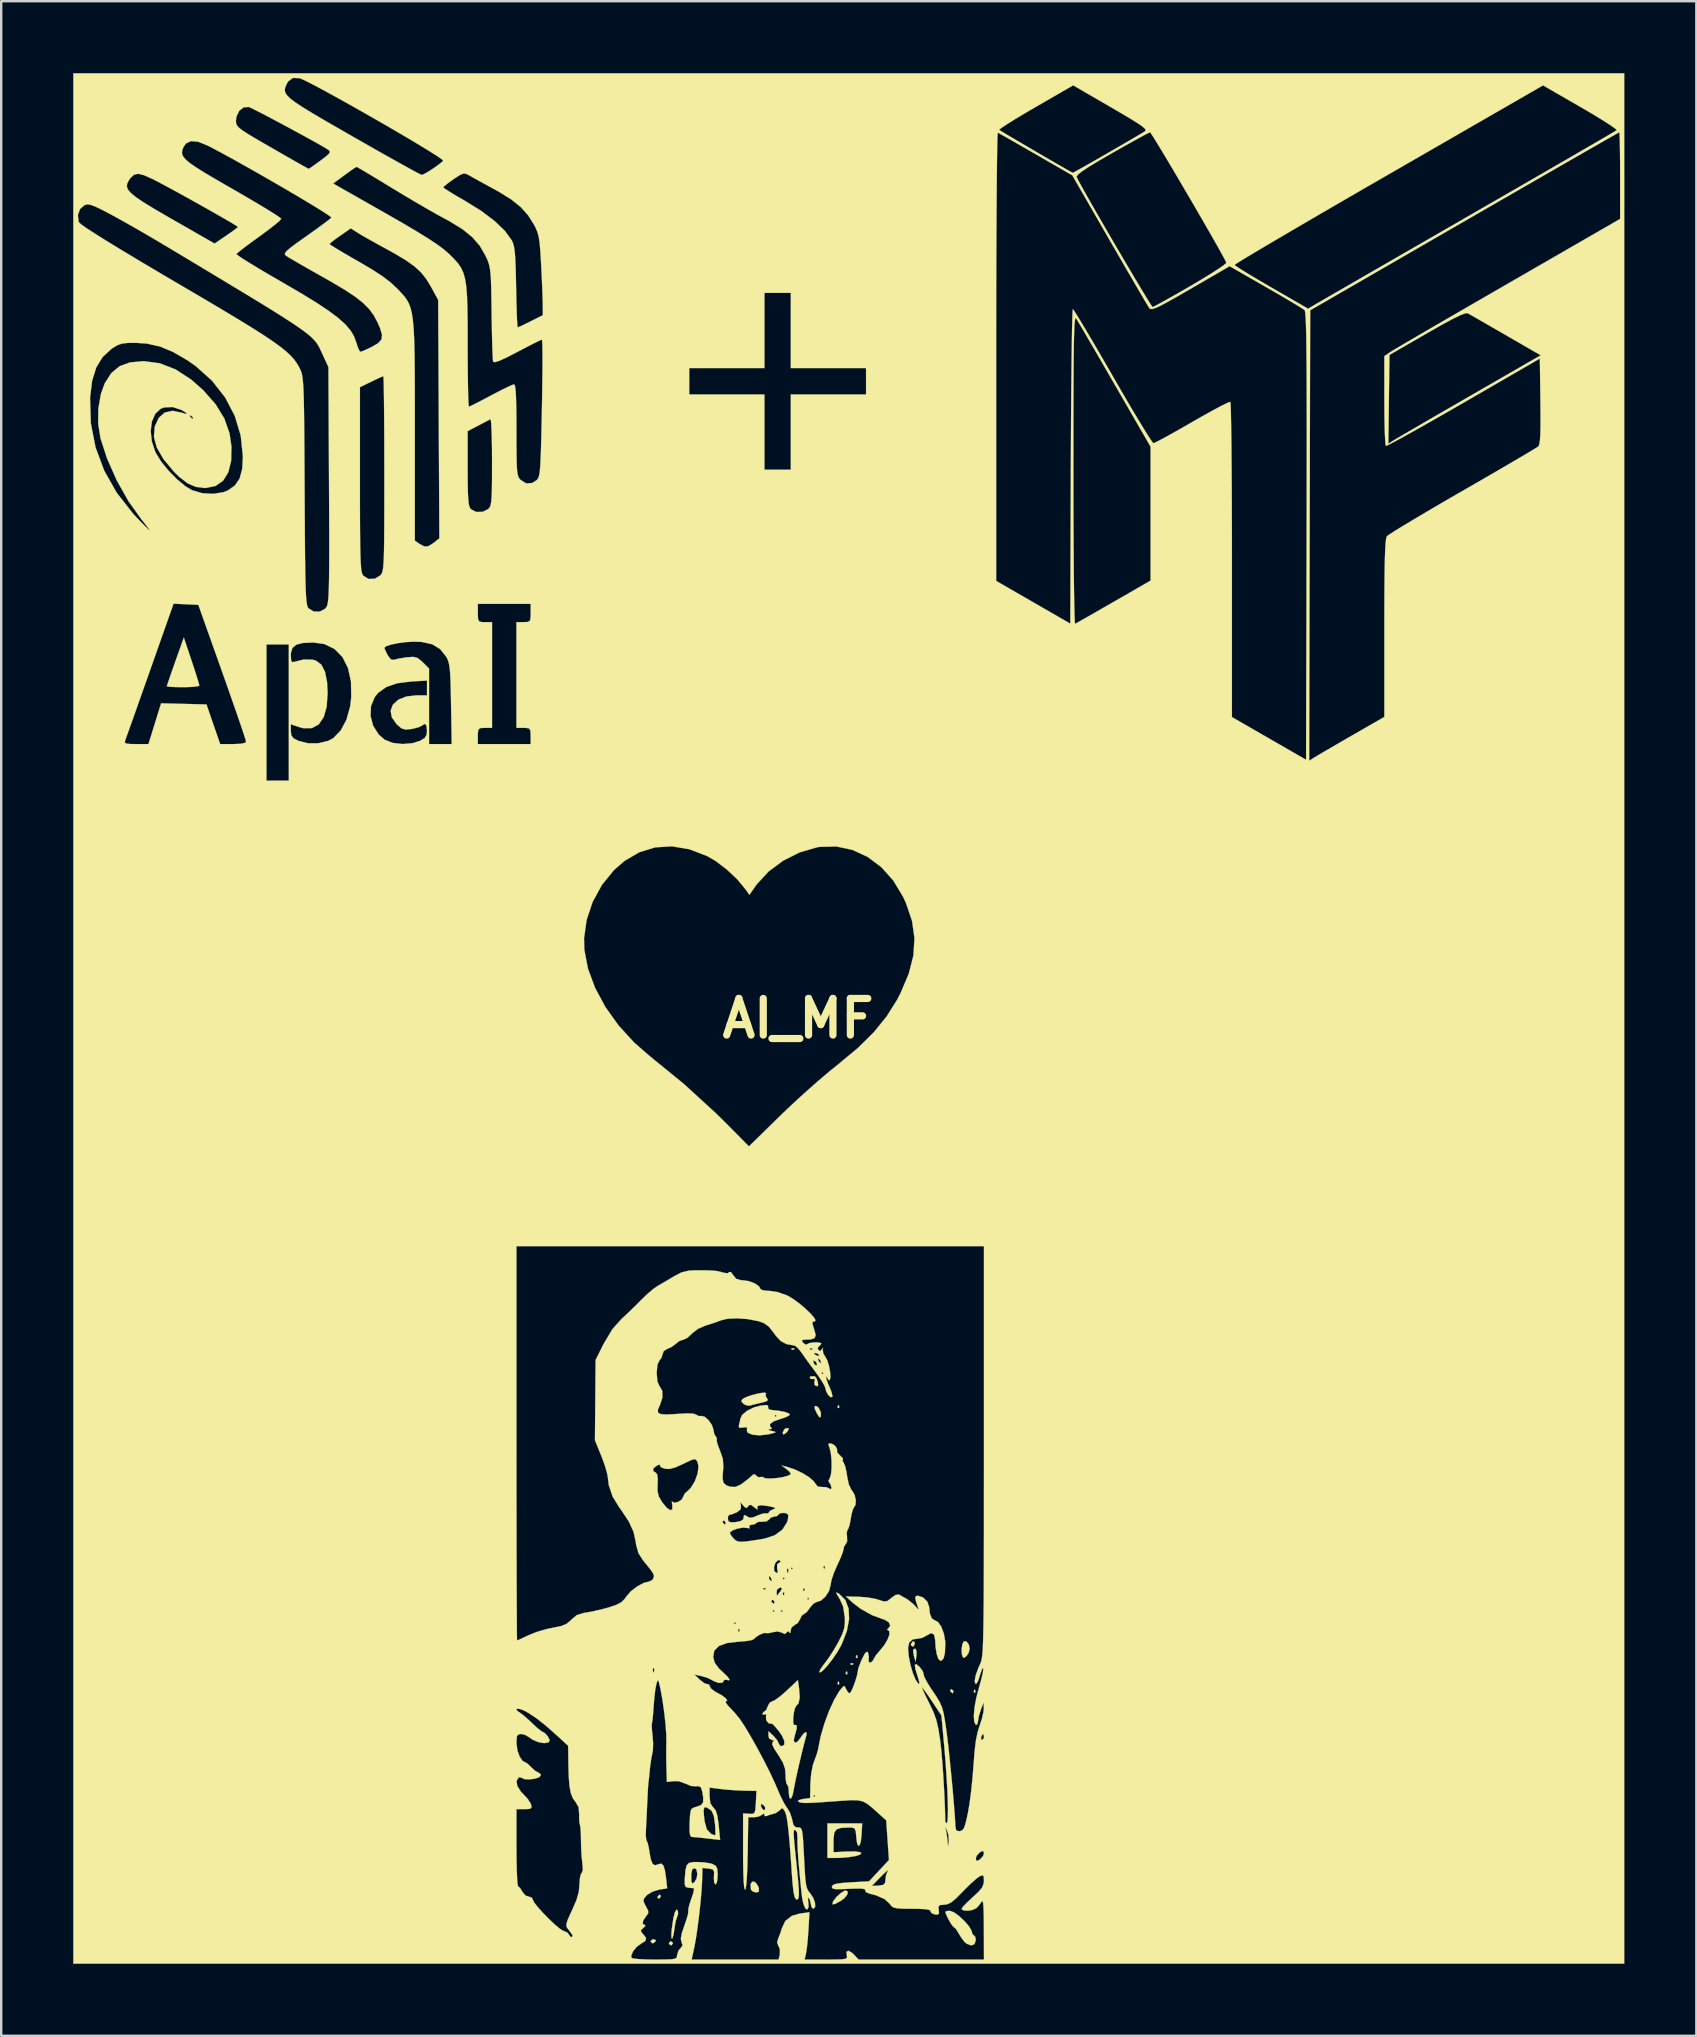
<source format=kicad_pcb>
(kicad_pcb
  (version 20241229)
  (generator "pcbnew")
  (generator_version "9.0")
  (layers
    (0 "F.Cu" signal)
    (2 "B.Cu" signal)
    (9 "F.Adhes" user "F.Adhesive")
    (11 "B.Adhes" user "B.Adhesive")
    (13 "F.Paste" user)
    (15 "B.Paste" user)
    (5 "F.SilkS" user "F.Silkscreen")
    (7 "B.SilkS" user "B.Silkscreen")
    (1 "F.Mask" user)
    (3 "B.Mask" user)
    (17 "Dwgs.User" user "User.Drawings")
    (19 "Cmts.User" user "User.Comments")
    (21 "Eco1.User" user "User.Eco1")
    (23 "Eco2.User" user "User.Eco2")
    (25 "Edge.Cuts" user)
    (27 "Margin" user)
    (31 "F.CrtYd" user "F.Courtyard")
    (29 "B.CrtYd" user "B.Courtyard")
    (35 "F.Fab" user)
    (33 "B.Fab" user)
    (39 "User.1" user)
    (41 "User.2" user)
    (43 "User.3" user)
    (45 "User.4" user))
  (footprint "AI_MF_D5"
    (layer "F.Cu")
    (at 32.263 39.375)
    (property "Reference" "AI_MF_D5" (at 0 0 0) (layer "F.SilkS") (effects (font (size 1.524 1.524) (thickness 0.3))))
    (attr through_hole)
    (fp_poly (pts (xy -2.23 13.744) (xy -2.241 13.795) (xy -2.286 13.801) (xy -2.356 13.77) (xy -2.342 13.744) (xy -2.242 13.734) (xy -2.23 13.744)) (stroke (width 0.01) (type solid)) (fill yes) (layer "F.SilkS"))
    (fp_poly (pts (xy -0.367 16.115) (xy -0.357 16.215) (xy -0.367 16.228) (xy -0.417 16.216) (xy -0.423 16.171) (xy -0.392 16.102) (xy -0.367 16.115)) (stroke (width 0.01) (type solid)) (fill yes) (layer "F.SilkS"))
    (fp_poly (pts (xy -0.367 27.63) (xy -0.357 27.73) (xy -0.367 27.742) (xy -0.417 27.731) (xy -0.423 27.686) (xy -0.392 27.616) (xy -0.367 27.63)) (stroke (width 0.01) (type solid)) (fill yes) (layer "F.SilkS"))
    (fp_poly (pts (xy -0.028 27.206) (xy -0.018 27.307) (xy -0.028 27.319) (xy -0.079 27.307) (xy -0.085 27.263) (xy -0.054 27.193) (xy -0.028 27.206)) (stroke (width 0.01) (type solid)) (fill yes) (layer "F.SilkS"))
    (fp_poly (pts (xy 0.226 26.868) (xy 0.214 26.918) (xy 0.169 26.924) (xy 0.1 26.893) (xy 0.113 26.868) (xy 0.213 26.857) (xy 0.226 26.868)) (stroke (width 0.01) (type solid)) (fill yes) (layer "F.SilkS"))
    (fp_poly (pts (xy 0.395 26.529) (xy 0.405 26.629) (xy 0.395 26.642) (xy 0.345 26.63) (xy 0.339 26.585) (xy 0.37 26.516) (xy 0.395 26.529)) (stroke (width 0.01) (type solid)) (fill yes) (layer "F.SilkS"))
    (fp_poly (pts (xy 5.306 27.968) (xy 5.316 28.069) (xy 5.306 28.081) (xy 5.255 28.069) (xy 5.249 28.025) (xy 5.28 27.955) (xy 5.306 27.968)) (stroke (width 0.01) (type solid)) (fill yes) (layer "F.SilkS"))
    (fp_poly (pts (xy 2.866 26.367) (xy 2.859 26.556) (xy 2.827 26.797) (xy 2.758 26.56) (xy 2.724 26.374) (xy 2.741 26.271) (xy 2.824 26.25) (xy 2.866 26.367)) (stroke (width 0.01) (type solid)) (fill yes) (layer "F.SilkS"))
    (fp_poly (pts (xy -7.993 38.395) (xy -8.001 38.439) (xy -8.109 38.52) (xy -8.133 38.523) (xy -8.21 38.459) (xy -8.213 38.439) (xy -8.144 38.364) (xy -8.081 38.354) (xy -7.993 38.395)) (stroke (width 0.01) (type solid)) (fill yes) (layer "F.SilkS"))
    (fp_poly (pts (xy -7.79 36.557) (xy -7.789 36.576) (xy -7.854 36.657) (xy -7.879 36.661) (xy -7.93 36.609) (xy -7.916 36.576) (xy -7.84 36.495) (xy -7.827 36.491) (xy -7.79 36.557)) (stroke (width 0.01) (type solid)) (fill yes) (layer "F.SilkS"))
    (fp_poly (pts (xy -7.284 38.503) (xy -7.281 38.523) (xy -7.346 38.606) (xy -7.366 38.608) (xy -7.448 38.544) (xy -7.451 38.523) (xy -7.386 38.441) (xy -7.366 38.439) (xy -7.284 38.503)) (stroke (width 0.01) (type solid)) (fill yes) (layer "F.SilkS"))
    (fp_poly (pts (xy 2.782 25.97) (xy 2.794 26.03) (xy 2.75 26.146) (xy 2.709 26.162) (xy 2.627 26.101) (xy 2.625 26.082) (xy 2.686 25.968) (xy 2.709 25.95) (xy 2.782 25.97)) (stroke (width 0.01) (type solid)) (fill yes) (layer "F.SilkS"))
    (fp_poly (pts (xy 4.399 28.001) (xy 4.403 28.025) (xy 4.374 28.107) (xy 4.365 28.109) (xy 4.293 28.05) (xy 4.276 28.025) (xy 4.282 27.947) (xy 4.313 27.94) (xy 4.399 28.001)) (stroke (width 0.01) (type solid)) (fill yes) (layer "F.SilkS"))
    (fp_poly (pts (xy -2.455 17.095) (xy -2.513 17.203) (xy -2.582 17.272) (xy -2.683 17.332) (xy -2.709 17.259) (xy -2.709 17.249) (xy -2.641 17.109) (xy -2.582 17.072) (xy -2.473 17.065) (xy -2.455 17.095)) (stroke (width 0.01) (type solid)) (fill yes) (layer "F.SilkS"))
    (fp_poly (pts (xy -1.293 16.15) (xy -1.212 16.218) (xy -1.122 16.398) (xy -1.116 16.517) (xy -1.143 16.62) (xy -1.192 16.597) (xy -1.289 16.444) (xy -1.377 16.248) (xy -1.375 16.142) (xy -1.293 16.15)) (stroke (width 0.01) (type solid)) (fill yes) (layer "F.SilkS"))
    (fp_poly (pts (xy -3.833 35.996) (xy -3.73 36.151) (xy -3.7 36.24) (xy -3.706 36.374) (xy -3.821 36.407) (xy -3.98 36.349) (xy -4.033 36.28) (xy -4.048 36.091) (xy -4.03 36.016) (xy -3.946 35.942) (xy -3.833 35.996)) (stroke (width 0.01) (type solid)) (fill yes) (layer "F.SilkS"))
    (fp_poly (pts (xy 0.003 36.371) (xy -0.019 36.489) (xy -0.132 36.636) (xy -0.275 36.746) (xy -0.514 36.878) (xy -0.63 36.903) (xy -0.629 36.822) (xy -0.602 36.767) (xy -0.47 36.593) (xy -0.292 36.431) (xy -0.13 36.332) (xy -0.084 36.322) (xy 0.003 36.371)) (stroke (width 0.01) (type solid)) (fill yes) (layer "F.SilkS"))
    (fp_poly (pts (xy 4.948 25.953) (xy 5.043 26.078) (xy 5.079 26.252) (xy 5.04 26.411) (xy 4.95 26.555) (xy 4.85 26.63) (xy 4.803 26.618) (xy 4.752 26.482) (xy 4.744 26.271) (xy 4.772 26.066) (xy 4.834 25.945) (xy 4.835 25.944) (xy 4.948 25.953)) (stroke (width 0.01) (type solid)) (fill yes) (layer "F.SilkS"))
    (fp_poly (pts (xy -7.08 37.152) (xy -7.066 37.3) (xy -7.102 37.404) (xy -7.163 37.587) (xy -7.21 37.845) (xy -7.218 37.913) (xy -7.254 38.149) (xy -7.303 38.308) (xy -7.319 38.332) (xy -7.346 38.291) (xy -7.347 38.122) (xy -7.326 37.896) (xy -7.265 37.484) (xy -7.199 37.223) (xy -7.132 37.12) (xy -7.08 37.152)) (stroke (width 0.01) (type solid)) (fill yes) (layer "F.SilkS"))
    (fp_poly (pts (xy -1.376 14.903) (xy -1.312 14.968) (xy -1.258 15.111) (xy -1.234 15.255) (xy -1.26 15.324) (xy -1.263 15.325) (xy -1.377 15.274) (xy -1.395 15.162) (xy -1.377 15.091) (xy -1.37 15.002) (xy -1.419 15.016) (xy -1.537 15.016) (xy -1.565 14.987) (xy -1.581 14.923) (xy -1.488 14.902) (xy -1.376 14.903)) (stroke (width 0.01) (type solid)) (fill yes) (layer "F.SilkS"))
    (fp_poly (pts (xy -27.332 -14.9) (xy -27.207 -14.52) (xy -27.104 -14.199) (xy -27.034 -13.97) (xy -27.009 -13.867) (xy -27.009 -13.867) (xy -27.087 -13.836) (xy -27.294 -13.813) (xy -27.59 -13.801) (xy -27.686 -13.801) (xy -28.001 -13.805) (xy -28.237 -13.816) (xy -28.357 -13.832) (xy -28.363 -13.838) (xy -28.337 -13.927) (xy -28.264 -14.144) (xy -28.155 -14.457) (xy -28.023 -14.834) (xy -28.01 -14.871) (xy -27.656 -15.867) (xy -27.332 -14.9)) (stroke (width 0.01) (type solid)) (fill yes) (layer "F.SilkS"))
    (fp_poly (pts (xy -3.4 15.615) (xy -3.414 15.634) (xy -3.417 15.736) (xy -3.376 15.803) (xy -3.329 15.88) (xy -3.365 15.934) (xy -3.514 15.985) (xy -3.739 16.037) (xy -3.951 16.089) (xy -4.077 16.126) (xy -4.23 16.112) (xy -4.34 16.053) (xy -4.436 15.947) (xy -4.388 15.857) (xy -4.382 15.853) (xy -4.244 15.776) (xy -4.038 15.702) (xy -3.807 15.639) (xy -3.596 15.597) (xy -3.446 15.586) (xy -3.4 15.615)) (stroke (width 0.01) (type solid)) (fill yes) (layer "F.SilkS"))
    (fp_poly (pts (xy 4.419 37.23) (xy 4.635 37.386) (xy 4.858 37.593) (xy 5.046 37.809) (xy 5.154 37.992) (xy 5.165 38.047) (xy 5.207 38.166) (xy 5.249 38.185) (xy 5.313 38.257) (xy 5.334 38.396) (xy 5.276 38.562) (xy 5.133 38.611) (xy 4.947 38.536) (xy 4.872 38.473) (xy 4.736 38.299) (xy 4.61 38.092) (xy 4.505 37.923) (xy 4.42 37.846) (xy 4.416 37.846) (xy 4.349 37.779) (xy 4.247 37.618) (xy 4.145 37.426) (xy 4.076 37.262) (xy 4.064 37.208) (xy 4.136 37.177) (xy 4.256 37.169) (xy 4.419 37.23)) (stroke (width 0.01) (type solid)) (fill yes) (layer "F.SilkS"))
    (fp_poly (pts (xy 0.576 33.995) (xy 0.542 34.292) (xy 0.488 34.448) (xy 0.429 34.456) (xy 0.379 34.308) (xy 0.355 34.099) (xy 0.333 33.857) (xy 0.285 33.739) (xy 0.179 33.701) (xy 0.059 33.698) (xy -0.271 33.714) (xy -0.466 33.776) (xy -0.562 33.915) (xy -0.591 34.161) (xy -0.593 34.265) (xy -0.593 34.729) (xy -0.028 34.7) (xy 0.317 34.697) (xy 0.519 34.728) (xy 0.568 34.765) (xy 0.511 34.83) (xy 0.321 34.889) (xy 0.034 34.935) (xy -0.313 34.963) (xy -0.52 34.967) (xy -0.847 34.967) (xy -0.847 33.528) (xy 0.601 33.528) (xy 0.576 33.995)) (stroke (width 0.01) (type solid)) (fill yes) (layer "F.SilkS"))
    (fp_poly (pts (xy -0.424 23.928) (xy -0.351 23.973) (xy -0.101 24.223) (xy 0.035 24.578) (xy 0.056 25.015) (xy -0.037 25.513) (xy -0.245 26.049) (xy -0.302 26.162) (xy -0.455 26.422) (xy -0.636 26.686) (xy -0.823 26.927) (xy -0.991 27.117) (xy -1.119 27.228) (xy -1.182 27.233) (xy -1.185 27.214) (xy -1.135 27.104) (xy -1.009 26.922) (xy -0.939 26.833) (xy -0.769 26.6) (xy -0.57 26.287) (xy -0.397 25.988) (xy -0.234 25.662) (xy -0.148 25.406) (xy -0.118 25.15) (xy -0.12 24.969) (xy -0.194 24.491) (xy -0.335 24.178) (xy -0.452 23.985) (xy -0.481 23.91) (xy -0.424 23.928)) (stroke (width 0.01) (type solid)) (fill yes) (layer "F.SilkS"))
    (fp_poly (pts (xy -3.321 16.12) (xy -3.321 16.183) (xy -3.292 16.28) (xy -3.16 16.311) (xy -2.849 16.344) (xy -2.596 16.397) (xy -2.441 16.459) (xy -2.414 16.512) (xy -2.52 16.58) (xy -2.727 16.659) (xy -2.819 16.686) (xy -3.098 16.786) (xy -3.24 16.896) (xy -3.233 17.001) (xy -3.192 17.036) (xy -3.163 17.091) (xy -3.26 17.111) (xy -3.321 17.131) (xy -3.219 17.168) (xy -3.175 17.178) (xy -3.03 17.213) (xy -3.011 17.242) (xy -3.134 17.281) (xy -3.304 17.321) (xy -3.672 17.365) (xy -3.967 17.336) (xy -4.159 17.261) (xy -4.206 17.163) (xy -4.197 17.131) (xy -4.193 17.039) (xy -4.307 17.03) (xy -4.364 17.039) (xy -4.518 17.049) (xy -4.542 16.98) (xy -4.535 16.958) (xy -4.488 16.76) (xy -4.483 16.694) (xy -4.417 16.552) (xy -3.048 16.552) (xy -3.006 16.595) (xy -2.963 16.552) (xy -3.006 16.51) (xy -3.048 16.552) (xy -4.417 16.552) (xy -4.401 16.516) (xy -4.195 16.341) (xy -3.908 16.2) (xy -3.649 16.13) (xy -3.419 16.101) (xy -3.321 16.12)) (stroke (width 0.01) (type solid)) (fill yes) (layer "F.SilkS"))
    (fp_poly (pts (xy -2.024 27.94) (xy -2 28.3) (xy -2.053 28.529) (xy -2.141 28.628) (xy -2.2 28.73) (xy -2.245 28.915) (xy -2.271 29.128) (xy -2.273 29.316) (xy -2.247 29.425) (xy -2.214 29.429) (xy -2.134 29.432) (xy -2.124 29.562) (xy -2.182 29.793) (xy -2.204 29.853) (xy -2.251 30.071) (xy -2.205 30.169) (xy -2.096 30.128) (xy -1.981 29.98) (xy -1.851 29.799) (xy -1.752 29.722) (xy -1.709 29.762) (xy -1.726 29.866) (xy -1.804 30.151) (xy -1.9 30.532) (xy -2.003 30.962) (xy -2.101 31.39) (xy -2.183 31.769) (xy -2.237 32.048) (xy -2.247 32.11) (xy -2.303 32.37) (xy -2.367 32.494) (xy -2.422 32.474) (xy -2.453 32.301) (xy -2.455 32.216) (xy -2.472 32.02) (xy -2.514 31.922) (xy -2.523 31.919) (xy -2.563 31.843) (xy -2.587 31.65) (xy -2.591 31.517) (xy -2.613 31.247) (xy -2.697 31.003) (xy -2.866 30.718) (xy -2.908 30.656) (xy -3.078 30.391) (xy -3.149 30.227) (xy -3.128 30.139) (xy -3.115 30.128) (xy -3.064 30.073) (xy -3.154 30.058) (xy -3.278 29.988) (xy -3.302 29.873) (xy -3.302 29.688) (xy -3.09 29.887) (xy -2.946 30.053) (xy -2.879 30.19) (xy -2.879 30.198) (xy -2.811 30.298) (xy -2.752 30.311) (xy -2.643 30.252) (xy -2.642 30.096) (xy -2.742 29.87) (xy -2.873 29.683) (xy -3.024 29.501) (xy -3.126 29.394) (xy -3.148 29.38) (xy -3.291 29.36) (xy -3.394 29.238) (xy -3.406 29.107) (xy -3.398 28.983) (xy -3.458 28.99) (xy -3.545 28.995) (xy -3.556 28.961) (xy -3.496 28.875) (xy -3.473 28.871) (xy -3.393 28.799) (xy -3.337 28.66) (xy -3.252 28.501) (xy -3.153 28.448) (xy -3.031 28.393) (xy -2.831 28.248) (xy -2.59 28.041) (xy -2.549 28.003) (xy -2.077 27.559) (xy -2.024 27.94)) (stroke (width 0.01) (type solid)) (fill yes) (layer "F.SilkS"))
    (fp_poly (pts (xy 32.343 39.37) (xy -32.258 39.37) (xy -32.258 28.786) (xy -13.811 28.786) (xy -13.729 28.869) (xy -13.675 28.902) (xy -13.524 29.013) (xy -13.31 29.199) (xy -13.142 29.358) (xy -12.937 29.549) (xy -12.774 29.68) (xy -12.701 29.718) (xy -12.601 29.78) (xy -12.494 29.904) (xy -12.415 30.061) (xy -12.459 30.15) (xy -12.464 30.153) (xy -12.648 30.185) (xy -12.898 30.14) (xy -13.14 30.034) (xy -13.243 29.958) (xy -13.443 29.838) (xy -13.605 29.803) (xy -13.723 29.82) (xy -13.781 29.9) (xy -13.798 30.088) (xy -13.798 30.205) (xy -13.76 30.492) (xy -13.666 30.751) (xy -13.539 30.932) (xy -13.423 30.988) (xy -13.335 31.044) (xy -13.191 31.181) (xy -13.173 31.2) (xy -13.013 31.344) (xy -12.888 31.411) (xy -12.881 31.411) (xy -12.794 31.479) (xy -12.785 31.529) (xy -12.858 31.607) (xy -13.037 31.666) (xy -13.257 31.696) (xy -13.453 31.689) (xy -13.558 31.64) (xy -13.665 31.601) (xy -13.707 31.617) (xy -13.797 31.759) (xy -13.765 31.966) (xy -13.621 32.199) (xy -13.518 32.307) (xy -13.333 32.507) (xy -13.208 32.698) (xy -13.187 32.751) (xy -13.174 32.87) (xy -13.246 32.923) (xy -13.442 32.935) (xy -13.47 32.935) (xy -13.801 32.935) (xy -13.801 34.544) (xy -13.797 35.045) (xy -13.787 35.482) (xy -13.772 35.83) (xy -13.753 36.062) (xy -13.731 36.152) (xy -13.73 36.153) (xy -13.646 36.221) (xy -13.562 36.364) (xy -13.426 36.531) (xy -13.294 36.576) (xy -13.156 36.626) (xy -13.123 36.698) (xy -13.065 36.818) (xy -12.91 37.016) (xy -12.693 37.258) (xy -12.445 37.511) (xy -12.199 37.743) (xy -11.988 37.92) (xy -11.844 38.01) (xy -11.819 38.015) (xy -11.67 38.082) (xy -11.63 38.142) (xy -11.544 38.254) (xy -11.501 38.269) (xy -11.461 38.213) (xy -11.48 38.163) (xy -11.584 38.013) (xy -11.663 37.915) (xy -11.716 37.827) (xy -11.719 37.715) (xy -11.664 37.541) (xy -11.542 37.267) (xy -11.481 37.138) (xy -11.298 36.716) (xy -11.202 36.373) (xy -11.176 36.08) (xy -11.159 35.824) (xy -11.117 35.644) (xy -11.085 35.599) (xy -11.035 35.474) (xy -11.05 35.221) (xy -11.054 35.191) (xy -11.085 34.919) (xy -11.106 34.561) (xy -11.112 34.248) (xy -11.118 33.94) (xy -11.135 33.699) (xy -11.159 33.574) (xy -11.16 33.573) (xy -11.186 33.441) (xy -11.189 33.218) (xy -11.186 33.162) (xy -11.211 32.853) (xy -11.327 32.652) (xy -11.452 32.48) (xy -11.538 32.261) (xy -11.593 31.964) (xy -11.624 31.556) (xy -11.636 31.128) (xy -11.647 30.295) (xy -12.123 29.858) (xy -12.576 29.457) (xy -12.954 29.158) (xy -13.294 28.932) (xy -13.443 28.848) (xy -13.636 28.768) (xy -13.77 28.749) (xy -13.811 28.786) (xy -32.258 28.786) (xy -32.258 27.129) (xy -8.121 27.129) (xy -8.106 27.238) (xy -8.077 27.24) (xy -8.057 27.126) (xy -8.07 27.077) (xy -8.108 27.045) (xy -8.121 27.129) (xy -32.258 27.129) (xy -32.258 9.483) (xy -13.801 9.483) (xy -13.801 17.695) (xy -13.8 18.859) (xy -13.8 19.973) (xy -13.798 21.027) (xy -13.797 22.008) (xy -13.795 22.906) (xy -13.792 23.709) (xy -13.789 24.405) (xy -13.786 24.982) (xy -13.783 25.431) (xy -13.78 25.737) (xy -13.776 25.892) (xy -13.774 25.908) (xy -13.69 25.874) (xy -13.499 25.787) (xy -13.29 25.687) (xy -12.943 25.55) (xy -12.72 25.485) (xy -4.572 25.485) (xy -4.541 25.554) (xy -4.516 25.541) (xy -4.505 25.441) (xy -4.516 25.428) (xy -4.566 25.44) (xy -4.572 25.485) (xy -12.72 25.485) (xy -12.537 25.431) (xy -12.28 25.378) (xy -11.942 25.309) (xy -11.718 25.219) (xy -11.681 25.188) (xy -4.741 25.188) (xy -4.699 25.231) (xy -4.657 25.188) (xy -4.699 25.146) (xy -4.741 25.188) (xy -11.681 25.188) (xy -11.551 25.083) (xy -11.515 25.042) (xy -11.288 24.852) (xy -10.99 24.76) (xy -10.922 24.75) (xy -10.635 24.701) (xy -10.546 24.68) (xy -3.133 24.68) (xy -3.09 24.723) (xy -3.048 24.68) (xy -2.794 24.68) (xy -2.752 24.723) (xy -2.709 24.68) (xy -2.752 24.638) (xy -2.794 24.68) (xy -3.048 24.68) (xy -3.09 24.638) (xy -3.133 24.68) (xy -10.546 24.68) (xy -10.274 24.618) (xy -9.972 24.537) (xy -9.645 24.428) (xy -9.434 24.318) (xy -9.382 24.267) (xy -3.188 24.267) (xy -3.175 24.299) (xy -3.099 24.38) (xy -3.085 24.384) (xy -3.049 24.318) (xy -3.048 24.299) (xy -3.113 24.218) (xy -3.138 24.215) (xy -3.188 24.267) (xy -9.382 24.267) (xy -9.289 24.176) (xy -9.287 24.172) (xy -1.693 24.172) (xy -1.651 24.215) (xy -1.609 24.172) (xy -1.651 24.13) (xy -1.693 24.172) (xy -9.287 24.172) (xy -9.222 24.077) (xy -9.06 23.89) (xy -2.963 23.89) (xy -2.954 24.02) (xy -2.939 24.038) (xy -2.882 23.961) (xy -2.709 23.961) (xy -2.678 24.03) (xy -2.653 24.017) (xy -2.643 23.917) (xy -2.653 23.904) (xy -2.703 23.916) (xy -2.709 23.961) (xy -2.882 23.961) (xy -2.874 23.95) (xy -2.802 23.855) (xy -2.764 23.791) (xy -1.863 23.791) (xy -1.832 23.861) (xy -1.806 23.848) (xy -1.796 23.747) (xy -1.806 23.735) (xy -1.857 23.747) (xy -1.863 23.791) (xy -2.764 23.791) (xy -2.733 23.742) (xy -2.789 23.708) (xy -2.826 23.707) (xy -2.94 23.778) (xy -2.963 23.89) (xy -9.06 23.89) (xy -9.033 23.859) (xy -8.871 23.735) (xy -3.528 23.735) (xy -3.516 23.785) (xy -3.471 23.791) (xy -3.402 23.76) (xy -3.415 23.735) (xy -3.515 23.725) (xy -3.528 23.735) (xy -8.871 23.735) (xy -8.769 23.656) (xy -8.49 23.507) (xy -8.267 23.453) (xy -8.136 23.384) (xy -8.102 23.328) (xy -3.28 23.328) (xy -3.263 23.362) (xy -3.182 23.45) (xy -3.168 23.388) (xy -3.187 23.326) (xy -2.709 23.326) (xy -2.667 23.368) (xy -2.625 23.326) (xy -2.667 23.283) (xy -2.709 23.326) (xy -3.187 23.326) (xy -3.188 23.322) (xy -3.25 23.23) (xy -3.279 23.232) (xy -3.28 23.328) (xy -8.102 23.328) (xy -8.093 23.315) (xy -8.073 23.234) (xy -8.092 23.146) (xy -8.169 23.018) (xy -8.303 22.845) (xy -3.071 22.845) (xy -3.065 23.001) (xy -3.015 23.062) (xy -2.92 23.103) (xy -2.912 23.107) (xy -2.918 23.041) (xy -2.929 22.98) (xy -2.533 22.98) (xy -2.518 23.09) (xy -2.489 23.091) (xy -2.469 22.978) (xy -2.482 22.929) (xy -2.513 22.902) (xy -2.371 22.902) (xy -2.328 22.945) (xy -2.286 22.902) (xy -2.328 22.86) (xy -1.016 22.86) (xy -0.985 22.93) (xy -0.96 22.916) (xy -0.949 22.816) (xy -0.96 22.804) (xy -1.01 22.815) (xy -1.016 22.86) (xy -2.328 22.86) (xy -2.371 22.902) (xy -2.513 22.902) (xy -2.52 22.897) (xy -2.533 22.98) (xy -2.929 22.98) (xy -2.943 22.902) (xy -2.942 22.74) (xy -2.889 22.691) (xy -2.799 22.634) (xy -2.794 22.609) (xy -2.855 22.56) (xy -2.912 22.572) (xy -3.015 22.676) (xy -3.071 22.845) (xy -8.303 22.845) (xy -8.322 22.82) (xy -8.517 22.583) (xy -8.716 22.278) (xy -8.814 21.931) (xy -8.828 21.819) (xy -8.913 21.427) (xy -4.911 21.427) (xy -4.856 21.539) (xy -4.746 21.67) (xy -4.663 21.743) (xy -4.569 21.786) (xy -4.432 21.799) (xy -4.221 21.784) (xy -3.905 21.738) (xy -3.477 21.668) (xy -3.049 21.531) (xy -2.724 21.294) (xy -2.525 20.979) (xy -2.491 20.857) (xy -2.475 20.682) (xy -2.549 20.611) (xy -2.66 20.594) (xy -2.822 20.608) (xy -2.879 20.66) (xy -2.95 20.727) (xy -3.051 20.743) (xy -3.212 20.795) (xy -3.268 20.862) (xy -3.382 20.946) (xy -3.562 20.962) (xy -3.737 20.97) (xy -3.81 21.014) (xy -3.881 21.069) (xy -3.984 21.082) (xy -4.105 21.116) (xy -4.097 21.181) (xy -4.093 21.243) (xy -4.19 21.221) (xy -4.356 21.207) (xy -4.573 21.243) (xy -4.775 21.312) (xy -4.898 21.394) (xy -4.911 21.427) (xy -8.913 21.427) (xy -8.92 21.391) (xy -9.114 20.965) (xy -5.22 20.965) (xy -5.207 20.997) (xy -5.131 21.078) (xy -5.117 21.082) (xy -5.081 21.016) (xy -5.08 20.997) (xy -5.145 20.916) (xy -5.17 20.913) (xy -5.22 20.965) (xy -9.114 20.965) (xy -9.119 20.953) (xy -9.199 20.833) (xy -4.995 20.833) (xy -4.971 20.946) (xy -4.868 20.987) (xy -4.678 20.981) (xy -4.469 20.939) (xy -4.356 20.867) (xy -4.35 20.849) (xy -4.323 20.698) (xy -4.264 20.689) (xy -4.192 20.743) (xy -4.072 20.799) (xy -3.908 20.768) (xy -3.767 20.706) (xy -3.556 20.628) (xy -3.406 20.61) (xy -3.386 20.617) (xy -3.308 20.615) (xy -3.302 20.589) (xy -3.232 20.505) (xy -3.111 20.448) (xy -3.019 20.407) (xy -3.054 20.371) (xy -3.236 20.325) (xy -3.293 20.314) (xy -3.602 20.274) (xy -3.759 20.307) (xy -3.764 20.413) (xy -3.754 20.432) (xy -3.766 20.455) (xy -3.871 20.378) (xy -3.885 20.366) (xy -4.028 20.26) (xy -4.112 20.272) (xy -4.15 20.323) (xy -4.224 20.393) (xy -4.315 20.333) (xy -4.361 20.277) (xy -4.459 20.161) (xy -4.475 20.18) (xy -4.448 20.285) (xy -4.455 20.437) (xy -4.594 20.554) (xy -4.634 20.575) (xy -4.819 20.651) (xy -4.932 20.673) (xy -4.983 20.732) (xy -4.995 20.833) (xy -9.199 20.833) (xy -9.442 20.467) (xy -9.511 20.377) (xy -9.794 19.915) (xy -9.956 19.435) (xy -9.987 19.162) (xy -10.021 18.958) (xy -10.081 18.744) (xy -8.104 18.744) (xy -8.1 18.852) (xy -8.009 18.908) (xy -7.937 18.994) (xy -7.913 19.195) (xy -7.921 19.396) (xy -7.924 19.697) (xy -7.867 19.921) (xy -7.727 20.155) (xy -7.722 20.162) (xy -7.536 20.385) (xy -7.393 20.482) (xy -7.311 20.45) (xy -7.306 20.285) (xy -7.311 20.256) (xy -7.332 20.123) (xy -7.316 20.122) (xy -7.315 20.125) (xy -7.219 20.173) (xy -7.066 20.137) (xy -6.923 20.047) (xy -6.858 19.932) (xy -6.858 19.93) (xy -6.794 19.791) (xy -6.748 19.753) (xy -6.539 19.555) (xy -6.366 19.269) (xy -6.252 18.951) (xy -6.216 18.655) (xy -6.259 18.469) (xy -6.314 18.384) (xy -6.386 18.356) (xy -6.515 18.392) (xy -6.739 18.496) (xy -6.858 18.555) (xy -7.192 18.704) (xy -7.437 18.765) (xy -7.621 18.753) (xy -7.782 18.691) (xy -7.825 18.616) (xy -7.822 18.611) (xy -7.838 18.576) (xy -7.948 18.621) (xy -8.104 18.744) (xy -10.081 18.744) (xy -10.106 18.656) (xy -10.228 18.314) (xy -10.261 18.231) (xy -10.531 17.568) (xy -10.517 15.896) (xy -10.503 14.223) (xy -10.169 13.554) (xy -9.804 12.943) (xy -9.426 12.518) (xy -9.14 12.252) (xy -8.818 11.94) (xy -8.594 11.713) (xy -8.342 11.471) (xy -8.096 11.262) (xy -7.916 11.138) (xy -7.696 11.013) (xy -7.413 10.846) (xy -7.251 10.747) (xy -6.931 10.579) (xy -6.626 10.504) (xy -6.362 10.49) (xy -5.938 10.49) (xy -5.643 10.499) (xy -5.436 10.521) (xy -5.279 10.558) (xy -5.207 10.583) (xy -5.012 10.615) (xy -4.944 10.568) (xy -4.869 10.559) (xy -4.773 10.69) (xy -4.647 10.845) (xy -4.452 10.902) (xy -4.36 10.905) (xy -4.11 10.942) (xy -3.87 11.035) (xy -3.696 11.157) (xy -3.641 11.263) (xy -3.565 11.313) (xy -3.375 11.342) (xy -3.276 11.345) (xy -2.924 11.396) (xy -2.544 11.528) (xy -2.492 11.553) (xy -2.268 11.687) (xy -2.021 11.868) (xy -1.778 12.073) (xy -1.566 12.275) (xy -1.411 12.449) (xy -1.34 12.571) (xy -1.375 12.615) (xy -1.459 12.632) (xy -1.472 12.71) (xy -1.418 12.893) (xy -1.399 12.947) (xy -1.337 13.183) (xy -1.378 13.314) (xy -1.546 13.369) (xy -1.753 13.377) (xy -1.898 13.392) (xy -1.9 13.455) (xy -1.859 13.508) (xy -1.752 13.586) (xy -1.701 13.572) (xy -1.594 13.52) (xy -1.413 13.492) (xy -1.229 13.492) (xy -1.113 13.524) (xy -1.101 13.545) (xy -1.167 13.635) (xy -1.2 13.65) (xy -1.254 13.735) (xy -1.232 13.794) (xy -1.158 13.859) (xy -1.084 13.789) (xy -1.026 13.721) (xy -1.041 13.801) (xy -1.019 13.955) (xy -0.931 14.097) (xy -0.849 14.249) (xy -0.781 14.474) (xy -0.736 14.718) (xy -0.721 14.93) (xy -0.746 15.056) (xy -0.772 15.071) (xy -0.843 15.004) (xy -0.847 14.972) (xy -0.877 14.91) (xy -0.895 14.921) (xy -0.89 15.019) (xy -0.822 15.212) (xy -0.77 15.328) (xy -0.677 15.556) (xy -0.639 15.723) (xy -0.645 15.765) (xy -0.719 15.772) (xy -0.818 15.676) (xy -0.901 15.527) (xy -0.929 15.405) (xy -0.978 15.278) (xy -1.107 15.061) (xy -1.29 14.796) (xy -1.306 14.774) (xy -1.101 14.774) (xy -1.058 14.817) (xy -1.016 14.774) (xy -1.058 14.732) (xy -1.101 14.774) (xy -1.306 14.774) (xy -1.333 14.737) (xy -1.556 14.435) (xy -1.671 14.278) (xy -1.439 14.278) (xy -1.398 14.402) (xy -1.314 14.45) (xy -1.283 14.434) (xy -1.294 14.347) (xy -1.339 14.29) (xy -1.424 14.243) (xy -1.439 14.278) (xy -1.671 14.278) (xy -1.764 14.148) (xy -1.246 14.148) (xy -1.228 14.233) (xy -1.222 14.249) (xy -1.155 14.352) (xy -1.117 14.353) (xy -1.127 14.264) (xy -1.175 14.201) (xy -1.246 14.148) (xy -1.764 14.148) (xy -1.766 14.146) (xy -1.916 13.932) (xy -1.404 13.932) (xy -1.396 13.971) (xy -1.306 14.041) (xy -1.209 14.053) (xy -1.185 14.021) (xy -1.252 13.967) (xy -1.317 13.938) (xy -1.404 13.932) (xy -1.916 13.932) (xy -1.919 13.928) (xy -1.927 13.915) (xy -2.064 13.744) (xy -1.58 13.744) (xy -1.569 13.795) (xy -1.524 13.801) (xy -1.454 13.77) (xy -1.468 13.744) (xy -1.568 13.734) (xy -1.58 13.744) (xy -2.064 13.744) (xy -2.073 13.733) (xy -2.199 13.629) (xy -2.224 13.622) (xy -2.555 13.562) (xy -2.797 13.433) (xy -3.013 13.195) (xy -3.09 13.085) (xy -3.29 12.832) (xy -3.499 12.685) (xy -3.725 12.607) (xy -4.164 12.522) (xy -4.61 12.489) (xy -5.007 12.507) (xy -5.288 12.575) (xy -5.536 12.668) (xy -5.839 12.766) (xy -5.927 12.792) (xy -6.241 12.928) (xy -6.486 13.118) (xy -6.504 13.139) (xy -6.674 13.298) (xy -6.833 13.376) (xy -6.851 13.377) (xy -7.021 13.437) (xy -7.147 13.539) (xy -7.345 13.688) (xy -7.499 13.752) (xy -7.666 13.853) (xy -7.705 13.961) (xy -7.766 14.147) (xy -7.832 14.224) (xy -7.923 14.401) (xy -7.958 14.728) (xy -7.959 14.774) (xy -7.93 15.118) (xy -7.845 15.312) (xy -7.832 15.325) (xy -7.725 15.514) (xy -7.721 15.787) (xy -7.82 16.093) (xy -7.832 16.117) (xy -7.91 16.3) (xy -7.903 16.418) (xy -7.79 16.48) (xy -7.552 16.496) (xy -7.169 16.477) (xy -7.109 16.472) (xy -6.691 16.449) (xy -6.428 16.46) (xy -6.312 16.504) (xy -6.309 16.508) (xy -6.191 16.565) (xy -6.105 16.555) (xy -5.961 16.588) (xy -5.799 16.729) (xy -5.662 16.929) (xy -5.591 17.137) (xy -5.588 17.179) (xy -5.549 17.343) (xy -5.502 17.4) (xy -5.449 17.496) (xy -5.459 17.523) (xy -5.452 17.633) (xy -5.386 17.842) (xy -5.323 17.996) (xy -5.205 18.339) (xy -5.181 18.669) (xy -5.195 18.831) (xy -5.216 19.146) (xy -5.177 19.337) (xy -5.06 19.447) (xy -4.887 19.505) (xy -4.689 19.515) (xy -4.482 19.428) (xy -4.337 19.328) (xy -4.133 19.169) (xy -3.989 19.041) (xy -3.958 19.008) (xy -3.87 18.985) (xy -3.819 19.04) (xy -3.71 19.113) (xy -3.656 19.102) (xy -3.548 19.093) (xy -3.528 19.112) (xy -3.419 19.155) (xy -3.207 19.163) (xy -2.943 19.142) (xy -2.681 19.1) (xy -2.474 19.043) (xy -2.373 18.977) (xy -2.371 18.965) (xy -2.432 18.874) (xy -2.561 18.762) (xy -2.752 18.622) (xy -2.54 18.673) (xy -2.216 18.781) (xy -1.888 18.936) (xy -1.604 19.111) (xy -1.414 19.279) (xy -1.372 19.342) (xy -1.252 19.497) (xy -1.089 19.514) (xy -0.891 19.523) (xy -0.789 19.57) (xy -0.698 19.613) (xy -0.677 19.531) (xy -0.728 19.381) (xy -0.766 19.344) (xy -0.806 19.25) (xy -0.761 19.176) (xy -0.701 19.011) (xy -0.673 18.739) (xy -0.674 18.418) (xy -0.704 18.107) (xy -0.761 17.865) (xy -0.792 17.8) (xy -0.802 17.713) (xy -0.716 17.698) (xy -0.59 17.75) (xy -0.506 17.824) (xy -0.44 17.952) (xy -0.45 18.004) (xy -0.43 18.087) (xy -0.314 18.211) (xy -0.204 18.321) (xy -0.2 18.37) (xy -0.201 18.37) (xy -0.219 18.423) (xy -0.177 18.491) (xy -0.112 18.638) (xy -0.053 18.888) (xy -0.028 19.062) (xy 0.041 19.398) (xy 0.149 19.631) (xy 0.181 19.667) (xy 0.285 19.839) (xy 0.335 20.06) (xy 0.324 20.259) (xy 0.262 20.357) (xy 0.207 20.462) (xy 0.152 20.678) (xy 0.127 20.828) (xy 0.08 21.08) (xy 0.024 21.254) (xy -0.005 21.297) (xy -0.044 21.404) (xy -0.031 21.583) (xy -0.025 21.778) (xy -0.076 21.881) (xy -0.158 22.007) (xy -0.169 22.082) (xy -0.205 22.226) (xy -0.299 22.469) (xy -0.431 22.76) (xy -0.439 22.775) (xy -0.576 23.091) (xy -0.676 23.387) (xy -0.715 23.595) (xy -0.779 23.845) (xy -0.929 24.081) (xy -1.121 24.25) (xy -1.28 24.299) (xy -1.421 24.367) (xy -1.566 24.531) (xy -1.58 24.553) (xy -1.707 24.724) (xy -1.819 24.806) (xy -1.829 24.807) (xy -1.923 24.879) (xy -1.98 25.009) (xy -2.083 25.183) (xy -2.2 25.255) (xy -2.346 25.371) (xy -2.377 25.498) (xy -2.397 25.607) (xy -2.43 25.581) (xy -2.484 25.51) (xy -2.544 25.575) (xy -2.632 25.641) (xy -2.731 25.587) (xy -2.922 25.53) (xy -3.112 25.563) (xy -3.304 25.604) (xy -3.413 25.599) (xy -3.415 25.597) (xy -3.512 25.601) (xy -3.675 25.672) (xy -3.834 25.774) (xy -3.908 25.849) (xy -4.015 25.896) (xy -4.242 25.935) (xy -4.524 25.957) (xy -5.021 26.013) (xy -5.365 26.136) (xy -5.559 26.329) (xy -5.607 26.593) (xy -5.543 26.834) (xy -5.369 27.07) (xy -5.248 27.186) (xy -5.016 27.409) (xy -4.92 27.538) (xy -4.959 27.571) (xy -5.038 27.547) (xy -5.146 27.551) (xy -5.165 27.592) (xy -5.23 27.672) (xy -5.387 27.674) (xy -5.581 27.602) (xy -5.633 27.57) (xy -5.832 27.471) (xy -6.086 27.393) (xy -6.096 27.39) (xy -6.392 27.327) (xy -6.154 27.55) (xy -5.983 27.682) (xy -5.855 27.73) (xy -5.836 27.725) (xy -5.768 27.747) (xy -5.757 27.804) (xy -5.687 27.92) (xy -5.514 28.046) (xy -5.465 28.071) (xy -5.242 28.195) (xy -5.085 28.317) (xy -5.019 28.41) (xy -5.074 28.448) (xy -5.075 28.448) (xy -5.085 28.498) (xy -4.99 28.623) (xy -4.933 28.681) (xy -4.717 28.911) (xy -4.503 29.172) (xy -4.476 29.21) (xy -4.276 29.512) (xy -4.03 29.926) (xy -3.76 30.408) (xy -3.489 30.917) (xy -3.241 31.408) (xy -3.039 31.84) (xy -2.952 32.044) (xy -2.808 32.376) (xy -2.666 32.663) (xy -2.549 32.856) (xy -2.524 32.887) (xy -2.405 33.085) (xy -2.321 33.345) (xy -2.316 33.377) (xy -2.262 33.592) (xy -2.172 33.684) (xy -2.073 33.697) (xy -1.999 33.703) (xy -1.946 33.738) (xy -1.908 33.827) (xy -1.88 33.995) (xy -1.857 34.268) (xy -1.835 34.67) (xy -1.82 34.965) (xy -1.795 35.459) (xy -1.77 35.813) (xy -1.74 36.058) (xy -1.701 36.224) (xy -1.646 36.34) (xy -1.57 36.437) (xy -1.557 36.451) (xy -1.434 36.636) (xy -1.364 36.838) (xy -1.359 37.004) (xy -1.426 37.083) (xy -1.439 37.084) (xy -1.512 37.014) (xy -1.525 36.936) (xy -1.572 36.734) (xy -1.61 36.661) (xy -1.659 36.617) (xy -1.656 36.722) (xy -1.642 36.799) (xy -1.632 37.007) (xy -1.679 37.111) (xy -1.755 37.088) (xy -1.827 36.935) (xy -1.859 36.821) (xy -1.884 36.716) (xy -1.906 36.589) (xy -1.928 36.41) (xy -1.955 36.145) (xy -1.991 35.765) (xy -2.022 35.433) (xy -2.058 35.006) (xy -2.084 34.614) (xy -2.097 34.303) (xy -2.095 34.13) (xy -2.109 33.916) (xy -2.175 33.807) (xy -2.178 33.806) (xy -2.215 33.798) (xy -2.24 33.821) (xy -2.252 33.893) (xy -2.249 34.038) (xy -2.231 34.276) (xy -2.198 34.629) (xy -2.148 35.117) (xy -2.114 35.451) (xy -2.064 35.954) (xy -2.038 36.311) (xy -2.037 36.541) (xy -2.061 36.665) (xy -2.109 36.703) (xy -2.147 36.696) (xy -2.208 36.61) (xy -2.258 36.392) (xy -2.299 36.029) (xy -2.32 35.746) (xy -2.372 34.975) (xy -2.419 34.357) (xy -2.463 33.876) (xy -2.505 33.517) (xy -2.546 33.262) (xy -2.59 33.096) (xy -2.616 33.034) (xy -2.703 32.903) (xy -2.775 32.913) (xy -2.822 32.969) (xy -2.987 33.094) (xy -3.09 33.127) (xy -3.286 33.18) (xy -3.365 33.218) (xy -3.458 33.225) (xy -3.471 33.177) (xy -3.496 33.114) (xy -3.573 33.172) (xy -3.729 33.249) (xy -3.91 33.274) (xy -4.145 33.274) (xy -4.168 34.77) (xy -4.181 35.316) (xy -4.201 35.759) (xy -4.227 36.08) (xy -4.257 36.261) (xy -4.276 36.294) (xy -4.308 36.222) (xy -4.333 35.989) (xy -4.35 35.6) (xy -4.359 35.064) (xy -4.36 34.716) (xy -4.36 33.11) (xy -4.106 33.129) (xy -3.963 33.132) (xy -3.885 33.088) (xy -3.848 32.958) (xy -3.834 32.766) (xy -3.622 32.766) (xy -3.591 32.88) (xy -3.51 32.974) (xy -3.458 32.97) (xy -3.435 32.874) (xy -3.479 32.799) (xy -3.588 32.71) (xy -3.622 32.766) (xy -3.834 32.766) (xy -3.829 32.704) (xy -3.827 32.66) (xy -3.802 32.173) (xy -4.293 32.166) (xy -4.681 32.15) (xy -5.101 32.117) (xy -5.271 32.098) (xy -5.757 32.037) (xy -5.757 32.397) (xy -5.725 32.684) (xy -5.618 32.853) (xy -5.599 32.868) (xy -5.502 32.984) (xy -5.434 33.198) (xy -5.383 33.544) (xy -5.378 33.597) (xy -5.316 34.216) (xy -5.854 34.155) (xy -6.152 34.122) (xy -6.389 34.1) (xy -6.502 34.093) (xy -6.561 34.044) (xy -6.589 33.882) (xy -6.589 33.582) (xy -6.586 33.498) (xy -6.57 33.187) (xy -6.543 33.004) (xy -6.52 32.966) (xy -6.004 32.966) (xy -5.991 33.209) (xy -5.959 33.466) (xy -5.867 33.782) (xy -5.687 33.969) (xy -5.52 34.03) (xy -5.512 33.957) (xy -5.517 33.762) (xy -5.529 33.557) (xy -5.578 33.217) (xy -5.667 33.015) (xy -5.72 32.964) (xy -5.877 32.863) (xy -5.969 32.858) (xy -6.004 32.966) (xy -6.52 32.966) (xy -6.485 32.908) (xy -6.378 32.857) (xy -6.287 32.832) (xy -6.11 32.764) (xy -6.025 32.65) (xy -6.02 32.449) (xy -6.062 32.197) (xy -6.12 32.022) (xy -6.228 31.974) (xy -6.315 31.985) (xy -6.533 31.968) (xy -6.74 31.879) (xy -7.043 31.77) (xy -7.248 31.767) (xy -7.535 31.801) (xy -7.554 31.161) (xy -7.561 30.784) (xy -7.561 30.415) (xy -7.555 30.141) (xy -7.559 29.823) (xy -7.591 29.393) (xy -7.644 28.905) (xy -7.714 28.413) (xy -7.793 27.972) (xy -7.808 27.898) (xy -7.864 27.655) (xy -7.9 27.561) (xy -7.933 27.599) (xy -7.973 27.728) (xy -8.014 27.937) (xy -8.053 28.251) (xy -8.083 28.606) (xy -8.086 28.645) (xy -8.109 28.965) (xy -8.133 29.216) (xy -8.155 29.354) (xy -8.159 29.364) (xy -8.166 29.474) (xy -8.152 29.695) (xy -8.13 29.887) (xy -8.107 30.201) (xy -8.118 30.488) (xy -8.139 30.606) (xy -8.187 30.84) (xy -8.231 31.152) (xy -8.249 31.327) (xy -8.273 31.581) (xy -8.292 31.751) (xy -8.301 31.792) (xy -8.309 31.871) (xy -8.323 32.082) (xy -8.339 32.388) (xy -8.349 32.597) (xy -8.368 33.006) (xy -8.387 33.404) (xy -8.404 33.723) (xy -8.408 33.809) (xy -8.411 34.054) (xy -8.392 34.218) (xy -8.375 34.252) (xy -8.332 34.349) (xy -8.286 34.557) (xy -8.265 34.69) (xy -8.205 35.027) (xy -8.129 35.215) (xy -8.024 35.274) (xy -7.894 35.232) (xy -7.771 35.201) (xy -7.682 35.277) (xy -7.617 35.479) (xy -7.566 35.828) (xy -7.561 35.875) (xy -7.522 36.233) (xy -7.862 36.288) (xy -8.13 36.37) (xy -8.352 36.504) (xy -8.38 36.531) (xy -8.493 36.668) (xy -8.508 36.78) (xy -8.428 36.946) (xy -8.408 36.98) (xy -8.315 37.162) (xy -8.312 37.275) (xy -8.397 37.393) (xy -8.405 37.402) (xy -8.526 37.582) (xy -8.539 37.715) (xy -8.45 37.761) (xy -8.429 37.801) (xy -8.509 37.878) (xy -8.618 37.977) (xy -8.592 38.067) (xy -8.525 38.138) (xy -8.401 38.301) (xy -8.426 38.421) (xy -8.608 38.538) (xy -8.612 38.54) (xy -8.796 38.674) (xy -8.943 38.859) (xy -9.018 39.038) (xy -9.007 39.132) (xy -8.91 39.16) (xy -8.68 39.182) (xy -8.354 39.197) (xy -8.038 39.201) (xy -7.633 39.199) (xy -7.367 39.19) (xy -7.211 39.168) (xy -7.137 39.128) (xy -7.114 39.063) (xy -7.112 39.02) (xy -7.051 38.825) (xy -6.973 38.737) (xy -6.881 38.614) (xy -6.921 38.48) (xy -6.954 38.341) (xy -6.92 38.128) (xy -6.813 37.805) (xy -6.805 37.783) (xy -6.708 37.502) (xy -6.649 37.284) (xy -6.642 37.176) (xy -6.642 37.176) (xy -6.636 37.067) (xy -6.58 36.854) (xy -6.517 36.674) (xy -6.436 36.434) (xy -6.403 36.272) (xy -6.414 36.228) (xy -6.544 36.215) (xy -6.644 36.207) (xy -6.747 36.176) (xy -6.79 36.073) (xy -6.79 35.852) (xy -6.788 35.814) (xy -6.782 35.74) (xy -6.519 35.74) (xy -6.511 35.953) (xy -6.477 36.027) (xy -6.401 35.99) (xy -6.392 35.983) (xy -6.298 35.825) (xy -6.265 35.634) (xy -6.305 35.44) (xy -6.392 35.391) (xy -6.479 35.445) (xy -6.516 35.626) (xy -6.519 35.74) (xy -6.782 35.74) (xy -6.76 35.478) (xy -6.71 35.276) (xy -6.613 35.175) (xy -6.44 35.14) (xy -6.265 35.137) (xy -5.97 35.154) (xy -5.71 35.197) (xy -5.636 35.219) (xy -5.499 35.294) (xy -5.436 35.419) (xy -5.419 35.648) (xy -5.419 35.685) (xy -5.437 35.919) (xy -5.484 36.053) (xy -5.51 36.068) (xy -5.565 35.992) (xy -5.577 35.793) (xy -5.573 35.751) (xy -5.567 35.541) (xy -5.619 35.446) (xy -5.767 35.412) (xy -5.8 35.408) (xy -6.054 35.383) (xy -6.065 35.864) (xy -6.086 36.266) (xy -6.129 36.77) (xy -6.188 37.321) (xy -6.257 37.866) (xy -6.329 38.349) (xy -6.397 38.714) (xy -6.504 39.201) (xy -2.882 39.201) (xy -2.828 38.988) (xy -2.827 38.764) (xy -2.882 38.646) (xy -2.945 38.488) (xy -2.898 38.33) (xy -2.804 38.09) (xy -2.758 37.931) (xy -2.604 37.596) (xy -2.327 37.378) (xy -1.99 37.283) (xy -1.596 37.229) (xy -1.636 37.939) (xy -1.662 38.309) (xy -1.695 38.646) (xy -1.729 38.89) (xy -1.736 38.925) (xy -1.797 39.201) (xy -0.893 39.201) (xy -0.494 39.199) (xy -0.236 39.19) (xy -0.092 39.168) (xy -0.033 39.128) (xy -0.032 39.066) (xy -0.04 39.038) (xy -0.053 38.876) (xy 0.029 38.834) (xy 0.179 38.918) (xy 0.256 38.992) (xy 0.453 39.201) (xy 5.673 39.201) (xy 5.67 37.91) (xy 5.666 37.406) (xy 5.656 37.057) (xy 5.639 36.847) (xy 5.612 36.761) (xy 5.576 36.785) (xy 5.575 36.788) (xy 5.439 36.976) (xy 5.35 37.063) (xy 5.194 37.134) (xy 4.997 37.166) (xy 4.825 37.154) (xy 4.742 37.097) (xy 4.741 37.089) (xy 4.801 36.998) (xy 4.958 36.833) (xy 5.179 36.626) (xy 5.206 36.602) (xy 5.458 36.368) (xy 5.601 36.191) (xy 5.662 36.031) (xy 5.672 35.917) (xy 5.663 35.733) (xy 5.61 35.685) (xy 5.482 35.739) (xy 5.338 35.846) (xy 5.119 36.042) (xy 4.867 36.29) (xy 4.783 36.377) (xy 4.512 36.651) (xy 4.312 36.816) (xy 4.15 36.896) (xy 4.011 36.915) (xy 3.832 36.93) (xy 3.776 37.007) (xy 3.791 37.134) (xy 3.801 37.29) (xy 3.72 37.331) (xy 3.631 37.322) (xy 3.485 37.263) (xy 3.45 37.188) (xy 3.41 37.136) (xy 3.251 37.103) (xy 2.955 37.087) (xy 2.677 37.084) (xy 2.302 37.081) (xy 2.059 37.066) (xy 1.91 37.032) (xy 1.817 36.971) (xy 1.752 36.885) (xy 1.538 36.682) (xy 1.184 36.526) (xy 0.907 36.453) (xy 0.748 36.388) (xy 0.728 36.308) (xy 0.701 36.263) (xy 0.539 36.242) (xy 0.229 36.245) (xy 0.051 36.253) (xy -0.305 36.268) (xy -0.522 36.265) (xy -0.631 36.239) (xy -0.661 36.187) (xy -0.659 36.159) (xy -0.641 36.134) (xy 1 36.134) (xy 1.283 36.119) (xy 1.479 36.089) (xy 1.556 36.002) (xy 1.566 35.895) (xy 1.593 35.69) (xy 1.635 35.581) (xy 1.684 35.484) (xy 1.623 35.514) (xy 1.455 35.67) (xy 1.322 35.804) (xy 1 36.134) (xy -0.641 36.134) (xy -0.611 36.091) (xy -0.479 36.043) (xy -0.234 36.009) (xy 0.128 35.983) (xy 0.889 35.941) (xy 1.303 35.496) (xy 1.717 35.052) (xy 1.712 34.988) (xy 5.334 34.988) (xy 5.355 35.088) (xy 5.447 35.066) (xy 5.503 35.032) (xy 5.637 34.89) (xy 5.673 34.777) (xy 5.652 34.677) (xy 5.56 34.699) (xy 5.503 34.733) (xy 5.369 34.875) (xy 5.334 34.988) (xy 1.712 34.988) (xy 1.659 34.226) (xy 1.62 33.655) (xy 4.059 33.655) (xy 4.103 33.867) (xy 4.144 34.128) (xy 4.16 34.29) (xy 4.174 34.502) (xy 4.208 34.287) (xy 4.199 34.038) (xy 4.15 33.863) (xy 4.059 33.655) (xy 1.62 33.655) (xy 1.602 33.401) (xy 1.245 33.08) (xy 0.995 32.856) (xy 0.801 32.704) (xy 0.623 32.611) (xy 0.42 32.567) (xy 0.154 32.561) (xy -0.218 32.583) (xy -0.508 32.604) (xy -1.033 32.642) (xy -1.415 32.666) (xy -1.681 32.677) (xy -1.857 32.674) (xy -1.968 32.659) (xy -2.04 32.631) (xy -2.061 32.619) (xy -2.058 32.567) (xy -1.913 32.521) (xy -1.863 32.513) (xy -1.567 32.47) (xy -1.566 32.385) (xy -1.439 32.385) (xy -1.397 32.427) (xy -1.355 32.385) (xy -1.397 32.343) (xy -1.439 32.385) (xy -1.566 32.385) (xy -1.557 31.877) (xy -1.525 31.469) (xy -1.455 31.106) (xy -1.401 30.946) (xy -1.302 30.68) (xy -1.235 30.442) (xy -1.227 30.395) (xy -1.131 29.91) (xy -0.976 29.379) (xy -0.783 28.855) (xy -0.57 28.387) (xy -0.357 28.027) (xy -0.318 27.976) (xy -0.195 27.829) (xy -0.132 27.807) (xy -0.082 27.902) (xy -0.072 27.929) (xy 0.013 28.071) (xy 0.079 28.109) (xy 0.14 28.036) (xy 0.223 27.855) (xy 3.087 27.855) (xy 3.109 27.925) (xy 3.192 28.11) (xy 3.323 28.378) (xy 3.391 28.512) (xy 3.565 28.878) (xy 3.687 29.214) (xy 3.774 29.586) (xy 3.848 30.057) (xy 3.896 30.482) (xy 3.943 31.031) (xy 3.986 31.656) (xy 4.023 32.312) (xy 4.05 32.952) (xy 4.063 33.465) (xy 4.126 33.528) (xy 4.129 33.528) (xy 4.152 33.449) (xy 4.167 33.235) (xy 4.172 32.919) (xy 4.166 32.575) (xy 4.147 32.125) (xy 4.115 31.571) (xy 4.074 30.98) (xy 4.028 30.415) (xy 4.021 30.328) (xy 3.902 29.032) (xy 3.511 28.444) (xy 3.329 28.175) (xy 3.183 27.971) (xy 3.098 27.864) (xy 3.087 27.855) (xy 0.223 27.855) (xy 0.224 27.853) (xy 0.312 27.612) (xy 0.385 27.367) (xy 0.423 27.172) (xy 0.425 27.141) (xy 0.459 27.016) (xy 0.543 26.8) (xy 0.599 26.672) (xy 0.716 26.448) (xy 0.8 26.376) (xy 0.841 26.406) (xy 0.88 26.58) (xy 0.869 26.679) (xy 0.877 26.81) (xy 0.958 26.831) (xy 1.054 26.74) (xy 1.075 26.691) (xy 1.171 26.528) (xy 1.327 26.341) (xy 1.33 26.338) (xy 1.514 26.114) (xy 1.655 25.877) (xy 1.734 25.668) (xy 1.734 25.53) (xy 1.701 25.501) (xy 1.634 25.453) (xy 1.696 25.398) (xy 1.769 25.284) (xy 1.709 25.152) (xy 1.541 25.045) (xy 1.479 25.026) (xy 1.01 24.853) (xy 0.537 24.588) (xy 0.235 24.358) (xy -0.08 24.076) (xy 0.447 24.087) (xy 0.791 24.113) (xy 1.118 24.167) (xy 1.289 24.215) (xy 1.503 24.283) (xy 1.64 24.271) (xy 1.78 24.168) (xy 1.814 24.136) (xy 1.987 24.016) (xy 2.125 23.992) (xy 2.134 23.996) (xy 2.488 24.197) (xy 2.728 24.386) (xy 2.819 24.485) (xy 2.925 24.606) (xy 2.946 24.596) (xy 2.919 24.511) (xy 2.833 24.25) (xy 2.812 24.109) (xy 2.855 24.053) (xy 2.926 24.045) (xy 3.141 24.118) (xy 3.317 24.294) (xy 3.388 24.503) (xy 3.42 24.79) (xy 3.501 24.99) (xy 3.609 25.061) (xy 3.76 25.139) (xy 3.899 25.342) (xy 4.005 25.627) (xy 4.06 25.952) (xy 4.064 26.049) (xy 4.047 26.425) (xy 3.993 26.653) (xy 3.896 26.749) (xy 3.854 26.755) (xy 3.774 26.677) (xy 3.705 26.473) (xy 3.658 26.183) (xy 3.642 25.892) (xy 3.599 25.674) (xy 3.487 25.599) (xy 3.321 25.679) (xy 3.311 25.688) (xy 3.106 25.798) (xy 2.957 25.826) (xy 2.704 25.865) (xy 2.56 25.989) (xy 2.511 26.222) (xy 2.537 26.549) (xy 2.612 26.93) (xy 2.716 27.281) (xy 2.833 27.558) (xy 2.946 27.717) (xy 2.96 27.726) (xy 2.985 27.688) (xy 2.953 27.533) (xy 2.918 27.425) (xy 2.817 27.1) (xy 2.795 26.923) (xy 2.852 26.893) (xy 2.99 27.006) (xy 2.993 27.01) (xy 3.119 27.177) (xy 3.161 27.305) (xy 3.158 27.314) (xy 3.187 27.424) (xy 3.293 27.631) (xy 3.455 27.894) (xy 3.493 27.949) (xy 3.688 28.239) (xy 3.825 28.468) (xy 3.92 28.679) (xy 3.988 28.917) (xy 4.045 29.229) (xy 4.108 29.658) (xy 4.116 29.718) (xy 4.159 30.057) (xy 4.209 30.504) (xy 4.263 31.024) (xy 4.318 31.581) (xy 4.37 32.141) (xy 4.416 32.668) (xy 4.452 33.128) (xy 4.476 33.484) (xy 4.485 33.682) (xy 4.522 33.829) (xy 4.656 33.854) (xy 4.673 33.851) (xy 4.766 33.818) (xy 4.837 33.73) (xy 4.901 33.553) (xy 4.971 33.257) (xy 5.011 33.062) (xy 5.076 32.676) (xy 5.14 32.183) (xy 5.196 31.646) (xy 5.237 31.128) (xy 5.238 31.115) (xy 5.283 30.527) (xy 5.338 30.075) (xy 5.345 30.039) (xy 5.556 30.039) (xy 5.591 30.057) (xy 5.663 29.988) (xy 5.673 29.93) (xy 5.655 29.817) (xy 5.639 29.803) (xy 5.585 29.869) (xy 5.557 29.93) (xy 5.556 30.039) (xy 5.345 30.039) (xy 5.409 29.725) (xy 5.492 29.464) (xy 5.592 29.161) (xy 5.654 28.881) (xy 5.666 28.744) (xy 5.66 28.49) (xy 5.546 28.787) (xy 5.466 29.04) (xy 5.426 29.262) (xy 5.425 29.278) (xy 5.391 29.408) (xy 5.334 29.422) (xy 5.267 29.289) (xy 5.252 29.029) (xy 5.284 28.675) (xy 5.363 28.26) (xy 5.466 27.874) (xy 5.559 27.543) (xy 5.623 27.27) (xy 5.648 27.097) (xy 5.645 27.065) (xy 5.606 27.08) (xy 5.546 27.225) (xy 5.504 27.367) (xy 5.43 27.589) (xy 5.358 27.712) (xy 5.324 27.722) (xy 5.285 27.604) (xy 5.327 27.368) (xy 5.444 27.044) (xy 5.515 26.887) (xy 5.541 26.827) (xy 5.563 26.755) (xy 5.583 26.66) (xy 5.601 26.534) (xy 5.616 26.366) (xy 5.629 26.145) (xy 5.639 25.862) (xy 5.648 25.506) (xy 5.655 25.067) (xy 5.661 24.536) (xy 5.665 23.902) (xy 5.668 23.155) (xy 5.67 22.285) (xy 5.672 21.281) (xy 5.672 20.134) (xy 5.673 18.834) (xy 5.673 18.018) (xy 5.673 9.483) (xy -13.801 9.483) (xy -32.258 9.483) (xy -32.258 -3.343) (xy -10.985 -3.343) (xy -10.974 -2.873) (xy -10.825 -2.085) (xy -10.527 -1.279) (xy -10.097 -0.479) (xy -9.548 0.29) (xy -8.898 1.003) (xy -8.241 1.574) (xy -6.815 2.737) (xy -5.493 3.947) (xy -5.043 4.392) (xy -4.117 5.327) (xy -2.799 4.038) (xy -2.321 3.582) (xy -1.794 3.099) (xy -1.262 2.628) (xy -0.765 2.205) (xy -0.368 1.885) (xy 0.428 1.223) (xy 1.081 0.578) (xy 1.614 -0.078) (xy 2.05 -0.769) (xy 2.198 -1.055) (xy 2.541 -1.865) (xy 2.735 -2.62) (xy 2.78 -3.345) (xy 2.678 -4.064) (xy 2.428 -4.801) (xy 2.302 -5.075) (xy 1.896 -5.749) (xy 1.398 -6.305) (xy 0.827 -6.732) (xy 0.198 -7.022) (xy -0.469 -7.165) (xy -1.159 -7.15) (xy -1.291 -7.128) (xy -2.005 -6.919) (xy -2.686 -6.577) (xy -3.294 -6.127) (xy -3.787 -5.594) (xy -3.852 -5.503) (xy -4.097 -5.15) (xy -4.265 -5.39) (xy -4.607 -5.801) (xy -5.04 -6.209) (xy -5.505 -6.561) (xy -5.848 -6.762) (xy -6.594 -7.049) (xy -7.32 -7.171) (xy -8.021 -7.129) (xy -8.686 -6.925) (xy -9.308 -6.559) (xy -9.74 -6.181) (xy -10.242 -5.563) (xy -10.625 -4.861) (xy -10.877 -4.11) (xy -10.985 -3.343) (xy -32.258 -3.343) (xy -32.258 -11.496) (xy -30.115 -11.496) (xy -30.052 -11.451) (xy -29.879 -11.433) (xy -29.645 -11.43) (xy -29.13 -11.43) (xy -28.866 -12.279) (xy -28.603 -13.129) (xy -27.657 -13.105) (xy -26.712 -13.081) (xy -26.143 -11.43) (xy -25.602 -11.43) (xy -25.275 -11.443) (xy -25.101 -11.484) (xy -25.063 -11.536) (xy -25.091 -11.638) (xy -25.17 -11.88) (xy -25.292 -12.244) (xy -25.453 -12.711) (xy -25.644 -13.261) (xy -25.86 -13.876) (xy -26.058 -14.436) (xy -26.464 -15.579) (xy -24.215 -15.579) (xy -24.215 -9.906) (xy -23.283 -9.906) (xy -23.283 -10.733) (xy 19.219 -10.733) (xy 19.409 -10.856) (xy 19.542 -10.937) (xy 19.794 -11.086) (xy 20.14 -11.287) (xy 20.55 -11.525) (xy 20.976 -11.771) (xy 22.352 -12.562) (xy 22.352 -16.255) (xy 22.353 -17.199) (xy 22.357 -17.986) (xy 22.363 -18.627) (xy 22.373 -19.135) (xy 22.386 -19.522) (xy 22.403 -19.799) (xy 22.425 -19.98) (xy 22.45 -20.075) (xy 22.458 -20.087) (xy 22.552 -20.158) (xy 22.778 -20.303) (xy 23.118 -20.513) (xy 23.558 -20.777) (xy 24.081 -21.087) (xy 24.67 -21.433) (xy 25.311 -21.805) (xy 25.612 -21.978) (xy 26.27 -22.357) (xy 26.884 -22.713) (xy 27.439 -23.036) (xy 27.918 -23.317) (xy 28.306 -23.546) (xy 28.585 -23.714) (xy 28.742 -23.811) (xy 28.767 -23.829) (xy 28.805 -23.907) (xy 28.832 -24.071) (xy 28.849 -24.341) (xy 28.857 -24.732) (xy 28.856 -25.263) (xy 28.852 -25.709) (xy 28.829 -27.491) (xy 25.654 -25.653) (xy 24.986 -25.268) (xy 24.362 -24.912) (xy 23.799 -24.593) (xy 23.311 -24.321) (xy 22.914 -24.102) (xy 22.623 -23.947) (xy 22.453 -23.863) (xy 22.416 -23.851) (xy 22.398 -23.939) (xy 22.518 -23.939) (xy 22.71 -24.063) (xy 22.824 -24.132) (xy 23.068 -24.275) (xy 23.425 -24.483) (xy 23.878 -24.747) (xy 24.411 -25.056) (xy 25.007 -25.4) (xy 25.65 -25.771) (xy 25.885 -25.907) (xy 28.867 -27.626) (xy 27.409 -28.467) (xy 26.954 -28.73) (xy 26.544 -28.966) (xy 26.203 -29.162) (xy 25.956 -29.303) (xy 25.828 -29.376) (xy 25.821 -29.379) (xy 25.717 -29.373) (xy 25.505 -29.291) (xy 25.179 -29.131) (xy 24.728 -28.886) (xy 24.144 -28.554) (xy 24.128 -28.545) (xy 22.564 -27.641) (xy 22.541 -25.79) (xy 22.518 -23.939) (xy 22.398 -23.939) (xy 22.397 -23.942) (xy 22.381 -24.178) (xy 22.367 -24.533) (xy 22.357 -24.983) (xy 22.353 -25.503) (xy 22.352 -25.738) (xy 22.352 -27.59) (xy 22.585 -27.75) (xy 22.698 -27.82) (xy 22.944 -27.967) (xy 23.311 -28.182) (xy 23.785 -28.459) (xy 24.354 -28.791) (xy 25.004 -29.168) (xy 25.721 -29.584) (xy 26.494 -30.03) (xy 27.308 -30.5) (xy 27.495 -30.608) (xy 32.173 -33.306) (xy 32.173 -35.11) (xy 32.172 -35.642) (xy 32.167 -36.112) (xy 32.161 -36.496) (xy 32.152 -36.768) (xy 32.142 -36.904) (xy 32.138 -36.915) (xy 32.061 -36.873) (xy 31.848 -36.753) (xy 31.51 -36.561) (xy 31.056 -36.301) (xy 30.499 -35.982) (xy 29.847 -35.608) (xy 29.112 -35.185) (xy 28.305 -34.72) (xy 27.436 -34.219) (xy 26.515 -33.688) (xy 25.682 -33.208) (xy 19.262 -29.501) (xy 19.24 -20.117) (xy 19.219 -10.733) (xy -23.283 -10.733) (xy -23.283 -15.133) (xy -23.199 -15.133) (xy -23.188 -14.921) (xy -23.142 -14.842) (xy -23.05 -14.857) (xy -22.666 -14.953) (xy -22.299 -14.947) (xy -22.157 -14.909) (xy -21.931 -14.744) (xy -21.776 -14.446) (xy -21.689 -14.006) (xy -21.666 -13.554) (xy -21.706 -12.985) (xy -21.831 -12.549) (xy -22.036 -12.251) (xy -22.318 -12.097) (xy -22.672 -12.091) (xy -22.866 -12.142) (xy -23.199 -12.257) (xy -23.199 -11.979) (xy -23.176 -11.788) (xy -23.077 -11.666) (xy -22.881 -11.566) (xy -22.482 -11.464) (xy -22.046 -11.466) (xy -21.643 -11.564) (xy -21.432 -11.676) (xy -21.121 -11.995) (xy -20.882 -12.443) (xy -20.839 -12.598) (xy -19.877 -12.598) (xy -19.768 -12.19) (xy -19.541 -11.831) (xy -19.287 -11.611) (xy -18.956 -11.48) (xy -18.545 -11.432) (xy -18.126 -11.468) (xy -17.814 -11.567) (xy -17.617 -11.686) (xy -17.538 -11.833) (xy -17.526 -11.99) (xy -17.551 -12.211) (xy -17.628 -12.272) (xy -17.742 -12.196) (xy -17.871 -12.134) (xy -18.096 -12.074) (xy -18.178 -12.059) (xy -18.422 -12.036) (xy -18.589 -12.086) (xy -18.768 -12.236) (xy -18.792 -12.26) (xy -18.994 -12.547) (xy -19.041 -12.825) (xy -18.946 -13.075) (xy -18.723 -13.278) (xy -18.386 -13.413) (xy -17.954 -13.462) (xy -17.526 -13.462) (xy -17.526 -14.076) (xy -18.187 -14.038) (xy -18.774 -13.963) (xy -19.227 -13.807) (xy -19.562 -13.564) (xy -19.705 -13.386) (xy -19.86 -13.011) (xy -19.877 -12.598) (xy -20.839 -12.598) (xy -20.729 -12.991) (xy -20.682 -13.371) (xy -20.693 -14.036) (xy -20.818 -14.602) (xy -21.049 -15.057) (xy -21.379 -15.393) (xy -21.478 -15.441) (xy -19.304 -15.441) (xy -19.269 -15.346) (xy -19.183 -15.168) (xy -19.171 -15.144) (xy -19.045 -14.966) (xy -18.917 -14.936) (xy -18.896 -14.943) (xy -18.728 -14.986) (xy -18.471 -15.03) (xy -18.356 -15.046) (xy -18.098 -15.063) (xy -17.925 -15.021) (xy -17.76 -14.893) (xy -17.7 -14.834) (xy -17.441 -14.576) (xy -17.441 -11.43) (xy -16.497 -11.43) (xy -16.525 -13.102) (xy -16.536 -13.686) (xy -16.549 -14.126) (xy -16.567 -14.449) (xy -16.593 -14.681) (xy -16.628 -14.848) (xy -16.676 -14.977) (xy -16.725 -15.068) (xy -16.979 -15.387) (xy -17.311 -15.589) (xy -17.746 -15.685) (xy -18.078 -15.697) (xy -18.414 -15.678) (xy -18.746 -15.633) (xy -19.033 -15.572) (xy -19.233 -15.504) (xy -19.304 -15.441) (xy -21.478 -15.441) (xy -21.801 -15.598) (xy -22.276 -15.663) (xy -22.696 -15.642) (xy -22.973 -15.571) (xy -23.132 -15.435) (xy -23.195 -15.222) (xy -23.199 -15.133) (xy -23.283 -15.133) (xy -23.283 -15.579) (xy -24.215 -15.579) (xy -26.464 -15.579) (xy -27.051 -17.23) (xy -28.084 -17.279) (xy -29.063 -14.503) (xy -29.295 -13.847) (xy -29.51 -13.238) (xy -29.702 -12.695) (xy -29.864 -12.238) (xy -29.99 -11.886) (xy -30.072 -11.658) (xy -30.101 -11.578) (xy -30.115 -11.496) (xy -32.258 -11.496) (xy -32.258 -25.833) (xy -31.562 -25.833) (xy -31.53 -24.794) (xy -31.333 -23.789) (xy -30.973 -22.823) (xy -30.454 -21.904) (xy -29.776 -21.035) (xy -29.604 -20.849) (xy -29.373 -20.611) (xy -29.19 -20.429) (xy -29.084 -20.33) (xy -29.069 -20.32) (xy -29.103 -20.38) (xy -29.22 -20.537) (xy -29.396 -20.759) (xy -29.414 -20.781) (xy -29.96 -21.546) (xy -30.451 -22.418) (xy -30.856 -23.334) (xy -31.126 -24.167) (xy -31.223 -24.775) (xy -31.215 -25.414) (xy -31.109 -26.021) (xy -30.947 -26.463) (xy -30.677 -26.883) (xy -30.333 -27.169) (xy -29.895 -27.33) (xy -29.342 -27.38) (xy -29.32 -27.38) (xy -28.657 -27.292) (xy -28.003 -27.039) (xy -27.355 -26.619) (xy -26.852 -26.175) (xy -26.332 -25.586) (xy -25.969 -24.994) (xy -25.751 -24.373) (xy -25.672 -23.83) (xy -25.684 -23.234) (xy -25.801 -22.757) (xy -26.018 -22.404) (xy -26.333 -22.183) (xy -26.739 -22.099) (xy -26.779 -22.098) (xy -27.154 -22.144) (xy -27.5 -22.293) (xy -27.855 -22.568) (xy -28.078 -22.79) (xy -28.509 -23.31) (xy -28.783 -23.788) (xy -28.901 -24.231) (xy -28.869 -24.648) (xy -28.867 -24.654) (xy -28.702 -25.019) (xy -28.585 -25.122) (xy -27.418 -25.122) (xy -27.398 -25.074) (xy -27.313 -24.984) (xy -27.263 -25.002) (xy -27.263 -25.014) (xy -27.323 -25.086) (xy -27.36 -25.112) (xy -27.418 -25.122) (xy -28.585 -25.122) (xy -28.45 -25.241) (xy -28.122 -25.313) (xy -27.734 -25.233) (xy -27.561 -25.181) (xy -27.529 -25.202) (xy -27.636 -25.283) (xy -27.766 -25.355) (xy -28.129 -25.471) (xy -28.477 -25.454) (xy -28.622 -25.397) (xy -28.847 -25.187) (xy -28.987 -24.865) (xy -29.036 -24.47) (xy -28.99 -24.038) (xy -28.847 -23.606) (xy -28.823 -23.557) (xy -28.598 -23.195) (xy -28.288 -22.814) (xy -27.935 -22.456) (xy -27.583 -22.166) (xy -27.316 -22.006) (xy -26.894 -21.882) (xy -26.435 -21.854) (xy -26.007 -21.922) (xy -25.826 -21.992) (xy -25.529 -22.201) (xy -25.332 -22.491) (xy -25.225 -22.886) (xy -25.195 -23.41) (xy -25.286 -24.281) (xy -25.535 -25.106) (xy -25.936 -25.872) (xy -26.48 -26.567) (xy -27.161 -27.177) (xy -27.506 -27.418) (xy -28.105 -27.766) (xy -28.653 -27.993) (xy -29.196 -28.113) (xy -29.647 -28.144) (xy -29.994 -28.141) (xy -30.231 -28.114) (xy -30.419 -28.048) (xy -30.618 -27.929) (xy -30.663 -27.898) (xy -31.034 -27.559) (xy -31.303 -27.12) (xy -31.476 -26.565) (xy -31.56 -25.878) (xy -31.562 -25.833) (xy -32.258 -25.833) (xy -32.258 -33.459) (xy -32.07 -33.459) (xy -32.035 -33.19) (xy -32.023 -33.162) (xy -31.929 -33.076) (xy -31.692 -32.91) (xy -31.319 -32.668) (xy -30.815 -32.353) (xy -30.186 -31.97) (xy -29.436 -31.52) (xy -28.573 -31.008) (xy -27.891 -30.607) (xy -26.935 -30.045) (xy -26.115 -29.56) (xy -25.419 -29.142) (xy -24.835 -28.784) (xy -24.353 -28.478) (xy -23.96 -28.215) (xy -23.645 -27.988) (xy -23.397 -27.789) (xy -23.205 -27.609) (xy -23.055 -27.441) (xy -22.938 -27.276) (xy -22.842 -27.107) (xy -22.814 -27.051) (xy -22.778 -26.971) (xy -22.748 -26.881) (xy -22.723 -26.765) (xy -22.702 -26.61) (xy -22.684 -26.402) (xy -22.67 -26.127) (xy -22.659 -25.771) (xy -22.65 -25.319) (xy -22.643 -24.758) (xy -22.637 -24.074) (xy -22.632 -23.252) (xy -22.627 -22.279) (xy -22.625 -21.975) (xy -22.62 -20.951) (xy -22.614 -20.083) (xy -22.608 -19.357) (xy -22.6 -18.761) (xy -22.591 -18.282) (xy -22.58 -17.905) (xy -22.566 -17.618) (xy -22.55 -17.408) (xy -22.53 -17.262) (xy -22.507 -17.165) (xy -22.479 -17.106) (xy -22.464 -17.086) (xy -22.245 -16.953) (xy -21.992 -16.948) (xy -21.772 -17.067) (xy -21.716 -17.135) (xy -21.688 -17.193) (xy -21.667 -17.272) (xy -15.409 -17.272) (xy -15.409 -16.891) (xy -15.403 -16.657) (xy -15.36 -16.546) (xy -15.245 -16.512) (xy -15.113 -16.51) (xy -14.817 -16.51) (xy -14.817 -12.107) (xy -15.113 -12.107) (xy -15.303 -12.097) (xy -15.387 -12.034) (xy -15.409 -11.869) (xy -15.409 -11.769) (xy -15.409 -11.43) (xy -13.208 -11.43) (xy -13.208 -11.769) (xy -13.217 -11.986) (xy -13.272 -12.082) (xy -13.417 -12.107) (xy -13.504 -12.107) (xy -13.801 -12.107) (xy -13.801 -16.51) (xy -13.504 -16.51) (xy -13.322 -16.518) (xy -13.236 -16.573) (xy -13.21 -16.721) (xy -13.208 -16.891) (xy -13.208 -17.272) (xy -15.409 -17.272) (xy -21.667 -17.272) (xy -21.664 -17.284) (xy -21.644 -17.419) (xy -21.629 -17.613) (xy -21.617 -17.878) (xy -21.608 -18.228) (xy -21.602 -18.675) (xy -21.6 -19.232) (xy -21.599 -19.913) (xy -21.601 -20.731) (xy -21.605 -21.699) (xy -21.608 -22.236) (xy -21.628 -26.296) (xy -20.32 -26.296) (xy -20.32 -22.447) (xy -20.32 -21.532) (xy -20.318 -20.771) (xy -20.314 -20.149) (xy -20.308 -19.653) (xy -20.299 -19.266) (xy -20.287 -18.975) (xy -20.271 -18.763) (xy -20.251 -18.617) (xy -20.225 -18.521) (xy -20.194 -18.461) (xy -20.18 -18.443) (xy -19.958 -18.308) (xy -19.701 -18.317) (xy -19.473 -18.457) (xy -19.434 -18.501) (xy -19.402 -18.558) (xy -19.375 -18.641) (xy -19.354 -18.767) (xy -19.337 -18.95) (xy -19.325 -19.204) (xy -19.316 -19.544) (xy -19.31 -19.985) (xy -19.307 -20.542) (xy -19.305 -21.228) (xy -19.304 -22.06) (xy -19.304 -22.691) (xy -19.305 -23.502) (xy -19.307 -24.26) (xy -19.311 -24.947) (xy -19.316 -25.547) (xy -19.322 -26.044) (xy -19.328 -26.422) (xy -19.336 -26.665) (xy -19.344 -26.754) (xy -19.344 -26.755) (xy -19.436 -26.72) (xy -19.633 -26.631) (xy -19.852 -26.525) (xy -20.32 -26.296) (xy -21.628 -26.296) (xy -21.632 -27.136) (xy -21.872 -27.654) (xy -21.939 -27.801) (xy -22.001 -27.931) (xy -22.067 -28.052) (xy -22.147 -28.169) (xy -22.251 -28.29) (xy -22.389 -28.422) (xy -22.57 -28.57) (xy -22.804 -28.742) (xy -23.1 -28.945) (xy -23.468 -29.184) (xy -23.918 -29.468) (xy -24.459 -29.802) (xy -25.102 -30.193) (xy -25.856 -30.648) (xy -26.729 -31.174) (xy -27.733 -31.777) (xy -28.321 -32.13) (xy -28.843 -32.44) (xy -29.389 -32.76) (xy -29.917 -33.062) (xy -30.38 -33.322) (xy -30.677 -33.484) (xy -31.072 -33.691) (xy -31.35 -33.824) (xy -31.541 -33.894) (xy -31.675 -33.912) (xy -31.781 -33.887) (xy -31.796 -33.88) (xy -31.984 -33.711) (xy -32.07 -33.459) (xy -32.258 -33.459) (xy -32.258 -34.66) (xy -30.031 -34.66) (xy -29.985 -34.529) (xy -29.86 -34.382) (xy -29.644 -34.206) (xy -29.322 -33.99) (xy -28.882 -33.721) (xy -28.31 -33.388) (xy -28.11 -33.273) (xy -26.375 -32.28) (xy -25.887 -32.611) (xy -25.646 -32.779) (xy -25.471 -32.908) (xy -25.4 -32.971) (xy -25.4 -32.972) (xy -25.47 -33.023) (xy -25.665 -33.142) (xy -25.959 -33.314) (xy -26.33 -33.526) (xy -26.751 -33.764) (xy -27.199 -34.016) (xy -27.65 -34.266) (xy -28.079 -34.502) (xy -28.462 -34.709) (xy -28.775 -34.875) (xy -28.967 -34.973) (xy -29.312 -35.127) (xy -29.553 -35.187) (xy -29.728 -35.15) (xy -29.874 -35.015) (xy -29.941 -34.92) (xy -30.012 -34.786) (xy -30.031 -34.66) (xy -32.258 -34.66) (xy -32.258 -36.052) (xy -27.735 -36.052) (xy -27.699 -35.931) (xy -27.597 -35.797) (xy -27.416 -35.641) (xy -27.141 -35.45) (xy -26.76 -35.212) (xy -26.258 -34.916) (xy -25.622 -34.55) (xy -25.615 -34.546) (xy -25.087 -34.241) (xy -24.611 -33.96) (xy -24.205 -33.716) (xy -23.888 -33.519) (xy -23.679 -33.381) (xy -23.597 -33.314) (xy -23.597 -33.312) (xy -23.66 -33.236) (xy -23.837 -33.084) (xy -24.103 -32.875) (xy -24.431 -32.632) (xy -24.517 -32.57) (xy -24.859 -32.322) (xy -25.148 -32.106) (xy -25.357 -31.942) (xy -25.46 -31.851) (xy -25.466 -31.842) (xy -25.402 -31.784) (xy -25.21 -31.654) (xy -24.907 -31.465) (xy -24.513 -31.226) (xy -24.047 -30.951) (xy -23.528 -30.65) (xy -23.519 -30.645) (xy -22.751 -30.197) (xy -22.122 -29.811) (xy -21.618 -29.475) (xy -21.224 -29.179) (xy -20.926 -28.911) (xy -20.711 -28.659) (xy -20.565 -28.412) (xy -20.474 -28.16) (xy -20.4 -27.933) (xy -20.328 -27.792) (xy -20.3 -27.771) (xy -20.191 -27.806) (xy -19.984 -27.898) (xy -19.809 -27.984) (xy -19.556 -28.133) (xy -19.422 -28.285) (xy -19.4 -28.479) (xy -19.48 -28.752) (xy -19.594 -29.012) (xy -19.747 -29.297) (xy -19.938 -29.556) (xy -20.187 -29.806) (xy -20.515 -30.065) (xy -20.944 -30.349) (xy -21.495 -30.678) (xy -21.849 -30.878) (xy -22.298 -31.131) (xy -22.703 -31.362) (xy -23.039 -31.556) (xy -23.279 -31.697) (xy -23.395 -31.771) (xy -23.444 -31.822) (xy -23.44 -31.886) (xy -23.365 -31.978) (xy -23.203 -32.115) (xy -23.01 -32.258) (xy -21.586 -32.258) (xy -21.516 -32.204) (xy -21.322 -32.083) (xy -21.031 -31.908) (xy -20.666 -31.696) (xy -20.401 -31.545) (xy -19.829 -31.209) (xy -19.385 -30.92) (xy -19.039 -30.656) (xy -18.764 -30.399) (xy -18.76 -30.395) (xy -18.611 -30.238) (xy -18.484 -30.096) (xy -18.377 -29.954) (xy -18.288 -29.797) (xy -18.217 -29.612) (xy -18.16 -29.384) (xy -18.116 -29.1) (xy -18.084 -28.743) (xy -18.061 -28.302) (xy -18.047 -27.76) (xy -18.039 -27.104) (xy -18.035 -26.32) (xy -18.034 -25.394) (xy -18.034 -24.458) (xy -18.034 -19.906) (xy -17.846 -19.774) (xy -17.645 -19.664) (xy -17.474 -19.67) (xy -17.267 -19.798) (xy -17.238 -19.821) (xy -17.012 -19.999) (xy -17.034 -24.466) (xy -15.833 -24.466) (xy -15.833 -22.907) (xy -15.831 -22.339) (xy -15.823 -21.918) (xy -15.808 -21.618) (xy -15.784 -21.417) (xy -15.749 -21.291) (xy -15.702 -21.217) (xy -15.7 -21.215) (xy -15.479 -21.101) (xy -15.211 -21.103) (xy -14.974 -21.22) (xy -14.972 -21.222) (xy -14.92 -21.282) (xy -14.881 -21.37) (xy -14.854 -21.508) (xy -14.835 -21.721) (xy -14.824 -22.03) (xy -14.818 -22.457) (xy -14.817 -23.026) (xy -14.817 -23.177) (xy -14.819 -23.708) (xy -14.827 -24.175) (xy -14.839 -24.555) (xy -14.855 -24.822) (xy -14.873 -24.953) (xy -14.88 -24.962) (xy -14.984 -24.91) (xy -15.189 -24.804) (xy -15.388 -24.7) (xy -15.833 -24.466) (xy -17.034 -24.466) (xy -17.036 -24.964) (xy -17.06 -29.93) (xy -17.351 -30.465) (xy -17.549 -30.794) (xy -17.77 -31.073) (xy -18.044 -31.327) (xy -18.399 -31.581) (xy -18.865 -31.86) (xy -19.191 -32.04) (xy -19.577 -32.251) (xy -19.938 -32.453) (xy -20.231 -32.62) (xy -20.401 -32.723) (xy -20.701 -32.914) (xy -21.144 -32.607) (xy -21.373 -32.443) (xy -21.533 -32.316) (xy -21.586 -32.258) (xy -23.01 -32.258) (xy -22.935 -32.313) (xy -22.545 -32.59) (xy -22.531 -32.6) (xy -22.172 -32.855) (xy -21.868 -33.077) (xy -21.644 -33.246) (xy -21.523 -33.346) (xy -21.509 -33.362) (xy -21.578 -33.424) (xy -21.775 -33.557) (xy -22.081 -33.75) (xy -22.476 -33.99) (xy -22.94 -34.267) (xy -23.454 -34.569) (xy -23.819 -34.781) (xy -21.436 -34.781) (xy -19.254 -33.541) (xy -18.538 -33.13) (xy -17.956 -32.786) (xy -17.491 -32.499) (xy -17.127 -32.259) (xy -16.847 -32.054) (xy -16.635 -31.873) (xy -16.594 -31.835) (xy -16.395 -31.636) (xy -16.234 -31.454) (xy -16.107 -31.268) (xy -16.01 -31.057) (xy -15.94 -30.801) (xy -15.89 -30.481) (xy -15.859 -30.076) (xy -15.842 -29.565) (xy -15.834 -28.929) (xy -15.833 -28.146) (xy -15.833 -28.01) (xy -15.831 -27.375) (xy -15.826 -26.799) (xy -15.819 -26.303) (xy -15.81 -25.906) (xy -15.799 -25.629) (xy -15.786 -25.495) (xy -15.782 -25.485) (xy -15.691 -25.522) (xy -15.484 -25.625) (xy -15.19 -25.777) (xy -14.863 -25.95) (xy -14.512 -26.134) (xy -14.211 -26.284) (xy -13.994 -26.383) (xy -13.898 -26.416) (xy -13.863 -26.361) (xy -13.837 -26.188) (xy -13.819 -25.885) (xy -13.807 -25.442) (xy -13.801 -24.846) (xy -13.801 -24.511) (xy -13.8 -23.893) (xy -13.796 -23.422) (xy -13.788 -23.075) (xy -13.773 -22.829) (xy -13.75 -22.664) (xy -13.716 -22.555) (xy -13.671 -22.48) (xy -13.631 -22.437) (xy -13.391 -22.287) (xy -13.141 -22.307) (xy -12.97 -22.416) (xy -12.923 -22.463) (xy -12.885 -22.527) (xy -12.855 -22.626) (xy -12.83 -22.778) (xy -12.81 -23) (xy -12.793 -23.31) (xy -12.778 -23.726) (xy -12.764 -24.266) (xy -12.749 -24.947) (xy -12.739 -25.421) (xy -12.727 -26.097) (xy -12.719 -26.717) (xy -12.716 -27.093) (xy -6.604 -27.093) (xy -6.604 -25.993) (xy -3.471 -25.993) (xy -3.471 -22.86) (xy -2.371 -22.86) (xy -2.371 -25.993) (xy 0.762 -25.993) (xy 0.762 -27.093) (xy -2.371 -27.093) (xy -2.371 -27.578) (xy 6.181 -27.578) (xy 6.181 -18.228) (xy 7.726 -17.337) (xy 9.271 -16.446) (xy 9.292 -22.872) (xy 9.398 -22.872) (xy 9.399 -21.843) (xy 9.401 -20.866) (xy 9.406 -19.953) (xy 9.411 -19.117) (xy 9.418 -18.371) (xy 9.426 -17.728) (xy 9.435 -17.2) (xy 9.445 -16.801) (xy 9.455 -16.544) (xy 9.466 -16.441) (xy 9.468 -16.439) (xy 9.559 -16.488) (xy 9.774 -16.609) (xy 10.091 -16.789) (xy 10.485 -17.015) (xy 10.936 -17.273) (xy 11.077 -17.354) (xy 12.615 -18.241) (xy 12.615 -23.817) (xy 11.121 -26.407) (xy 10.769 -27.016) (xy 10.441 -27.584) (xy 10.146 -28.092) (xy 9.894 -28.523) (xy 9.698 -28.858) (xy 9.566 -29.079) (xy 9.512 -29.165) (xy 9.491 -29.176) (xy 9.472 -29.134) (xy 9.456 -29.03) (xy 9.442 -28.853) (xy 9.431 -28.593) (xy 9.421 -28.241) (xy 9.414 -27.786) (xy 9.408 -27.217) (xy 9.404 -26.526) (xy 9.401 -25.702) (xy 9.399 -24.734) (xy 9.398 -23.613) (xy 9.398 -22.872) (xy 9.292 -22.872) (xy 9.293 -22.997) (xy 9.297 -24.034) (xy 9.302 -25.02) (xy 9.309 -25.942) (xy 9.317 -26.789) (xy 9.326 -27.546) (xy 9.335 -28.201) (xy 9.344 -28.741) (xy 9.355 -29.153) (xy 9.365 -29.424) (xy 9.375 -29.542) (xy 9.377 -29.546) (xy 9.432 -29.474) (xy 9.561 -29.271) (xy 9.755 -28.953) (xy 10.003 -28.536) (xy 10.297 -28.036) (xy 10.627 -27.469) (xy 10.984 -26.851) (xy 11.041 -26.752) (xy 11.401 -26.127) (xy 11.738 -25.551) (xy 12.042 -25.04) (xy 12.303 -24.609) (xy 12.511 -24.276) (xy 12.656 -24.055) (xy 12.73 -23.964) (xy 12.734 -23.962) (xy 12.832 -24.003) (xy 13.053 -24.117) (xy 13.374 -24.292) (xy 13.771 -24.514) (xy 14.222 -24.772) (xy 14.348 -24.845) (xy 14.806 -25.107) (xy 15.215 -25.334) (xy 15.553 -25.514) (xy 15.797 -25.635) (xy 15.924 -25.685) (xy 15.935 -25.685) (xy 15.946 -25.596) (xy 15.956 -25.351) (xy 15.965 -24.962) (xy 15.974 -24.443) (xy 15.982 -23.806) (xy 15.988 -23.065) (xy 15.994 -22.233) (xy 15.998 -21.323) (xy 16.001 -20.347) (xy 16.002 -19.319) (xy 16.002 -19.1) (xy 16.002 -12.556) (xy 17.547 -11.666) (xy 19.092 -10.776) (xy 19.114 -20.096) (xy 19.117 -21.609) (xy 19.119 -22.961) (xy 19.12 -24.16) (xy 19.119 -25.214) (xy 19.117 -26.13) (xy 19.114 -26.917) (xy 19.109 -27.582) (xy 19.103 -28.134) (xy 19.095 -28.581) (xy 19.085 -28.93) (xy 19.073 -29.19) (xy 19.06 -29.368) (xy 19.044 -29.473) (xy 19.029 -29.511) (xy 18.926 -29.581) (xy 18.699 -29.72) (xy 18.373 -29.915) (xy 17.972 -30.151) (xy 17.519 -30.413) (xy 17.415 -30.472) (xy 15.908 -31.338) (xy 14.285 -30.397) (xy 13.751 -30.089) (xy 13.344 -29.86) (xy 13.046 -29.7) (xy 12.838 -29.602) (xy 12.7 -29.556) (xy 12.616 -29.553) (xy 12.566 -29.586) (xy 12.562 -29.592) (xy 12.498 -29.695) (xy 12.359 -29.927) (xy 12.157 -30.272) (xy 11.901 -30.711) (xy 11.601 -31.228) (xy 11.267 -31.805) (xy 10.909 -32.424) (xy 10.909 -32.425) (xy 9.383 -35.073) (xy 9.532 -35.073) (xy 9.533 -35.052) (xy 9.593 -34.929) (xy 9.724 -34.687) (xy 9.915 -34.345) (xy 10.155 -33.923) (xy 10.432 -33.44) (xy 10.734 -32.918) (xy 11.05 -32.374) (xy 11.369 -31.83) (xy 11.678 -31.305) (xy 11.966 -30.818) (xy 12.223 -30.389) (xy 12.435 -30.039) (xy 12.592 -29.786) (xy 12.682 -29.651) (xy 12.699 -29.633) (xy 12.789 -29.674) (xy 13.003 -29.788) (xy 13.317 -29.962) (xy 13.708 -30.183) (xy 14.155 -30.44) (xy 14.278 -30.511) (xy 14.731 -30.779) (xy 15.127 -31.022) (xy 15.446 -31.228) (xy 15.667 -31.382) (xy 15.675 -31.388) (xy 16.112 -31.388) (xy 16.187 -31.328) (xy 16.388 -31.198) (xy 16.692 -31.011) (xy 17.077 -30.781) (xy 17.522 -30.52) (xy 17.654 -30.444) (xy 19.177 -29.564) (xy 19.431 -29.716) (xy 19.542 -29.781) (xy 19.789 -29.924) (xy 20.159 -30.138) (xy 20.642 -30.417) (xy 21.227 -30.754) (xy 21.902 -31.144) (xy 22.655 -31.578) (xy 23.476 -32.051) (xy 24.353 -32.556) (xy 25.274 -33.087) (xy 25.823 -33.404) (xy 26.76 -33.944) (xy 27.655 -34.46) (xy 28.498 -34.946) (xy 29.276 -35.396) (xy 29.98 -35.803) (xy 30.598 -36.162) (xy 31.12 -36.465) (xy 31.534 -36.706) (xy 31.83 -36.88) (xy 31.997 -36.979) (xy 32.031 -37) (xy 31.982 -37.058) (xy 31.805 -37.186) (xy 31.521 -37.371) (xy 31.15 -37.6) (xy 30.712 -37.86) (xy 30.53 -37.965) (xy 28.961 -38.869) (xy 22.527 -35.161) (xy 21.569 -34.608) (xy 20.655 -34.079) (xy 19.795 -33.58) (xy 19 -33.116) (xy 18.279 -32.694) (xy 17.643 -32.32) (xy 17.104 -32.001) (xy 16.67 -31.742) (xy 16.354 -31.549) (xy 16.165 -31.429) (xy 16.112 -31.388) (xy 15.675 -31.388) (xy 15.767 -31.47) (xy 15.771 -31.481) (xy 15.722 -31.586) (xy 15.6 -31.813) (xy 15.417 -32.142) (xy 15.183 -32.554) (xy 14.91 -33.03) (xy 14.61 -33.548) (xy 14.295 -34.09) (xy 13.975 -34.636) (xy 13.663 -35.166) (xy 13.37 -35.66) (xy 13.108 -36.099) (xy 12.887 -36.462) (xy 12.72 -36.731) (xy 12.619 -36.885) (xy 12.593 -36.915) (xy 12.502 -36.874) (xy 12.287 -36.762) (xy 11.971 -36.59) (xy 11.578 -36.371) (xy 11.129 -36.117) (xy 11.006 -36.047) (xy 10.456 -35.728) (xy 10.045 -35.479) (xy 9.761 -35.291) (xy 9.594 -35.159) (xy 9.532 -35.073) (xy 9.383 -35.073) (xy 9.356 -35.121) (xy 7.838 -35.997) (xy 7.379 -36.261) (xy 6.969 -36.496) (xy 6.631 -36.689) (xy 6.387 -36.826) (xy 6.261 -36.895) (xy 6.251 -36.901) (xy 6.241 -36.821) (xy 6.232 -36.584) (xy 6.224 -36.198) (xy 6.216 -35.676) (xy 6.209 -35.027) (xy 6.202 -34.262) (xy 6.196 -33.393) (xy 6.191 -32.429) (xy 6.187 -31.382) (xy 6.184 -30.262) (xy 6.182 -29.081) (xy 6.181 -27.848) (xy 6.181 -27.578) (xy -2.371 -27.578) (xy -2.371 -30.226) (xy -3.471 -30.226) (xy -3.471 -27.093) (xy -6.604 -27.093) (xy -12.716 -27.093) (xy -12.715 -27.259) (xy -12.716 -27.706) (xy -12.72 -28.037) (xy -12.729 -28.232) (xy -12.739 -28.279) (xy -12.832 -28.241) (xy -13.044 -28.138) (xy -13.344 -27.984) (xy -13.704 -27.796) (xy -13.765 -27.764) (xy -14.198 -27.54) (xy -14.5 -27.401) (xy -14.686 -27.34) (xy -14.767 -27.353) (xy -14.772 -27.361) (xy -14.784 -27.476) (xy -14.797 -27.734) (xy -14.81 -28.109) (xy -14.821 -28.577) (xy -14.831 -29.11) (xy -14.835 -29.379) (xy -14.843 -29.997) (xy -14.853 -30.471) (xy -14.866 -30.828) (xy -14.886 -31.094) (xy -14.915 -31.295) (xy -14.956 -31.456) (xy -15.011 -31.604) (xy -15.083 -31.763) (xy -15.324 -32.182) (xy -15.639 -32.547) (xy -16.055 -32.884) (xy -16.602 -33.219) (xy -16.774 -33.311) (xy -17.109 -33.494) (xy -17.547 -33.742) (xy -18.047 -34.033) (xy -18.568 -34.343) (xy -18.996 -34.602) (xy -19.028 -34.622) (xy -16.849 -34.622) (xy -16.779 -34.563) (xy -16.59 -34.441) (xy -16.309 -34.27) (xy -15.965 -34.071) (xy -15.933 -34.053) (xy -15.268 -33.639) (xy -14.712 -33.22) (xy -14.285 -32.81) (xy -14.003 -32.425) (xy -14 -32.42) (xy -13.945 -32.297) (xy -13.902 -32.145) (xy -13.871 -31.936) (xy -13.849 -31.647) (xy -13.833 -31.25) (xy -13.82 -30.719) (xy -13.815 -30.459) (xy -13.805 -29.948) (xy -13.793 -29.499) (xy -13.779 -29.14) (xy -13.765 -28.895) (xy -13.752 -28.789) (xy -13.75 -28.787) (xy -13.66 -28.822) (xy -13.463 -28.914) (xy -13.206 -29.042) (xy -12.7 -29.297) (xy -12.705 -29.783) (xy -12.712 -30.052) (xy -12.727 -30.441) (xy -12.747 -30.902) (xy -12.771 -31.384) (xy -12.774 -31.456) (xy -12.803 -31.942) (xy -12.833 -32.296) (xy -12.872 -32.555) (xy -12.926 -32.758) (xy -13.003 -32.94) (xy -13.074 -33.077) (xy -13.32 -33.464) (xy -13.62 -33.798) (xy -14.005 -34.109) (xy -14.51 -34.425) (xy -14.732 -34.548) (xy -15.089 -34.743) (xy -15.413 -34.921) (xy -15.661 -35.059) (xy -15.765 -35.119) (xy -15.9 -35.187) (xy -16.015 -35.196) (xy -16.162 -35.132) (xy -16.391 -34.983) (xy -16.421 -34.962) (xy -16.646 -34.801) (xy -16.801 -34.677) (xy -16.849 -34.622) (xy -19.028 -34.622) (xy -19.435 -34.869) (xy -19.823 -35.104) (xy -20.137 -35.292) (xy -20.356 -35.42) (xy -20.456 -35.474) (xy -20.46 -35.475) (xy -20.541 -35.429) (xy -20.72 -35.307) (xy -20.958 -35.135) (xy -20.967 -35.128) (xy -21.436 -34.781) (xy -23.819 -34.781) (xy -23.998 -34.885) (xy -24.552 -35.202) (xy -25.097 -35.511) (xy -25.612 -35.799) (xy -26.079 -36.054) (xy -26.478 -36.267) (xy -26.656 -36.358) (xy -27.056 -36.52) (xy -27.358 -36.549) (xy -27.571 -36.445) (xy -27.665 -36.309) (xy -27.719 -36.175) (xy -27.735 -36.052) (xy -32.258 -36.052) (xy -32.258 -37.399) (xy -25.485 -37.399) (xy -25.48 -37.303) (xy -25.452 -37.217) (xy -25.383 -37.128) (xy -25.254 -37.021) (xy -25.046 -36.882) (xy -24.741 -36.697) (xy -24.319 -36.45) (xy -23.982 -36.256) (xy -23.528 -35.996) (xy -23.128 -35.767) (xy -22.801 -35.582) (xy -22.571 -35.453) (xy -22.461 -35.393) (xy -22.454 -35.391) (xy -22.379 -35.437) (xy -22.205 -35.559) (xy -21.97 -35.73) (xy -21.96 -35.737) (xy -21.717 -35.922) (xy -21.594 -36.039) (xy -21.571 -36.115) (xy -21.629 -36.179) (xy -21.646 -36.192) (xy -21.798 -36.285) (xy -22.064 -36.438) (xy -22.415 -36.634) (xy -22.825 -36.858) (xy -23.264 -37.096) (xy -23.705 -37.332) (xy -24.119 -37.552) (xy -24.479 -37.74) (xy -24.757 -37.88) (xy -24.924 -37.959) (xy -24.951 -37.969) (xy -25.165 -37.955) (xy -25.347 -37.81) (xy -25.463 -37.573) (xy -25.485 -37.399) (xy -32.258 -37.399) (xy -32.258 -38.686) (xy -23.452 -38.686) (xy -23.435 -38.579) (xy -23.368 -38.465) (xy -23.237 -38.333) (xy -23.03 -38.174) (xy -22.735 -37.977) (xy -22.34 -37.734) (xy -21.832 -37.434) (xy -21.198 -37.069) (xy -20.598 -36.724) (xy -19.972 -36.367) (xy -19.392 -36.038) (xy -18.873 -35.747) (xy -18.433 -35.502) (xy -18.087 -35.312) (xy -17.854 -35.188) (xy -17.748 -35.137) (xy -17.745 -35.137) (xy -17.636 -35.181) (xy -17.438 -35.296) (xy -17.259 -35.412) (xy -17.04 -35.568) (xy -16.892 -35.687) (xy -16.851 -35.734) (xy -16.921 -35.8) (xy -17.12 -35.936) (xy -17.43 -36.132) (xy -17.831 -36.377) (xy -18.304 -36.66) (xy -18.831 -36.969) (xy -18.907 -37.014) (xy 6.307 -37.014) (xy 6.388 -36.962) (xy 6.589 -36.841) (xy 6.882 -36.667) (xy 7.241 -36.456) (xy 7.64 -36.223) (xy 8.051 -35.982) (xy 8.449 -35.751) (xy 8.808 -35.544) (xy 9.099 -35.377) (xy 9.297 -35.265) (xy 9.376 -35.224) (xy 9.452 -35.264) (xy 9.652 -35.375) (xy 9.953 -35.545) (xy 10.333 -35.761) (xy 10.768 -36.011) (xy 10.815 -36.039) (xy 11.266 -36.299) (xy 11.673 -36.535) (xy 12.011 -36.733) (xy 12.254 -36.877) (xy 12.377 -36.953) (xy 12.379 -36.955) (xy 12.41 -36.998) (xy 12.382 -37.06) (xy 12.281 -37.152) (xy 12.089 -37.285) (xy 11.793 -37.47) (xy 11.376 -37.718) (xy 10.957 -37.962) (xy 9.39 -38.871) (xy 7.824 -37.967) (xy 7.365 -37.699) (xy 6.964 -37.458) (xy 6.641 -37.257) (xy 6.417 -37.108) (xy 6.312 -37.025) (xy 6.307 -37.014) (xy -18.907 -37.014) (xy -19.392 -37.295) (xy -19.969 -37.626) (xy -20.542 -37.951) (xy -21.092 -38.259) (xy -21.601 -38.54) (xy -22.049 -38.783) (xy -22.417 -38.976) (xy -22.687 -39.108) (xy -22.839 -39.17) (xy -23.111 -39.179) (xy -23.307 -39.039) (xy -23.379 -38.913) (xy -23.429 -38.794) (xy -23.452 -38.686) (xy -32.258 -38.686) (xy -32.258 -39.37) (xy 32.343 -39.37) (xy 32.343 39.37)) (stroke (width 0.01) (type solid)) (fill yes) (layer "F.SilkS")))
  (gr_rect
    (start -3 -3)
    (end 67.611 81.75)
    (stroke (width 0.1) (type default))
    (fill no)
    (layer "Edge.Cuts")))
</source>
